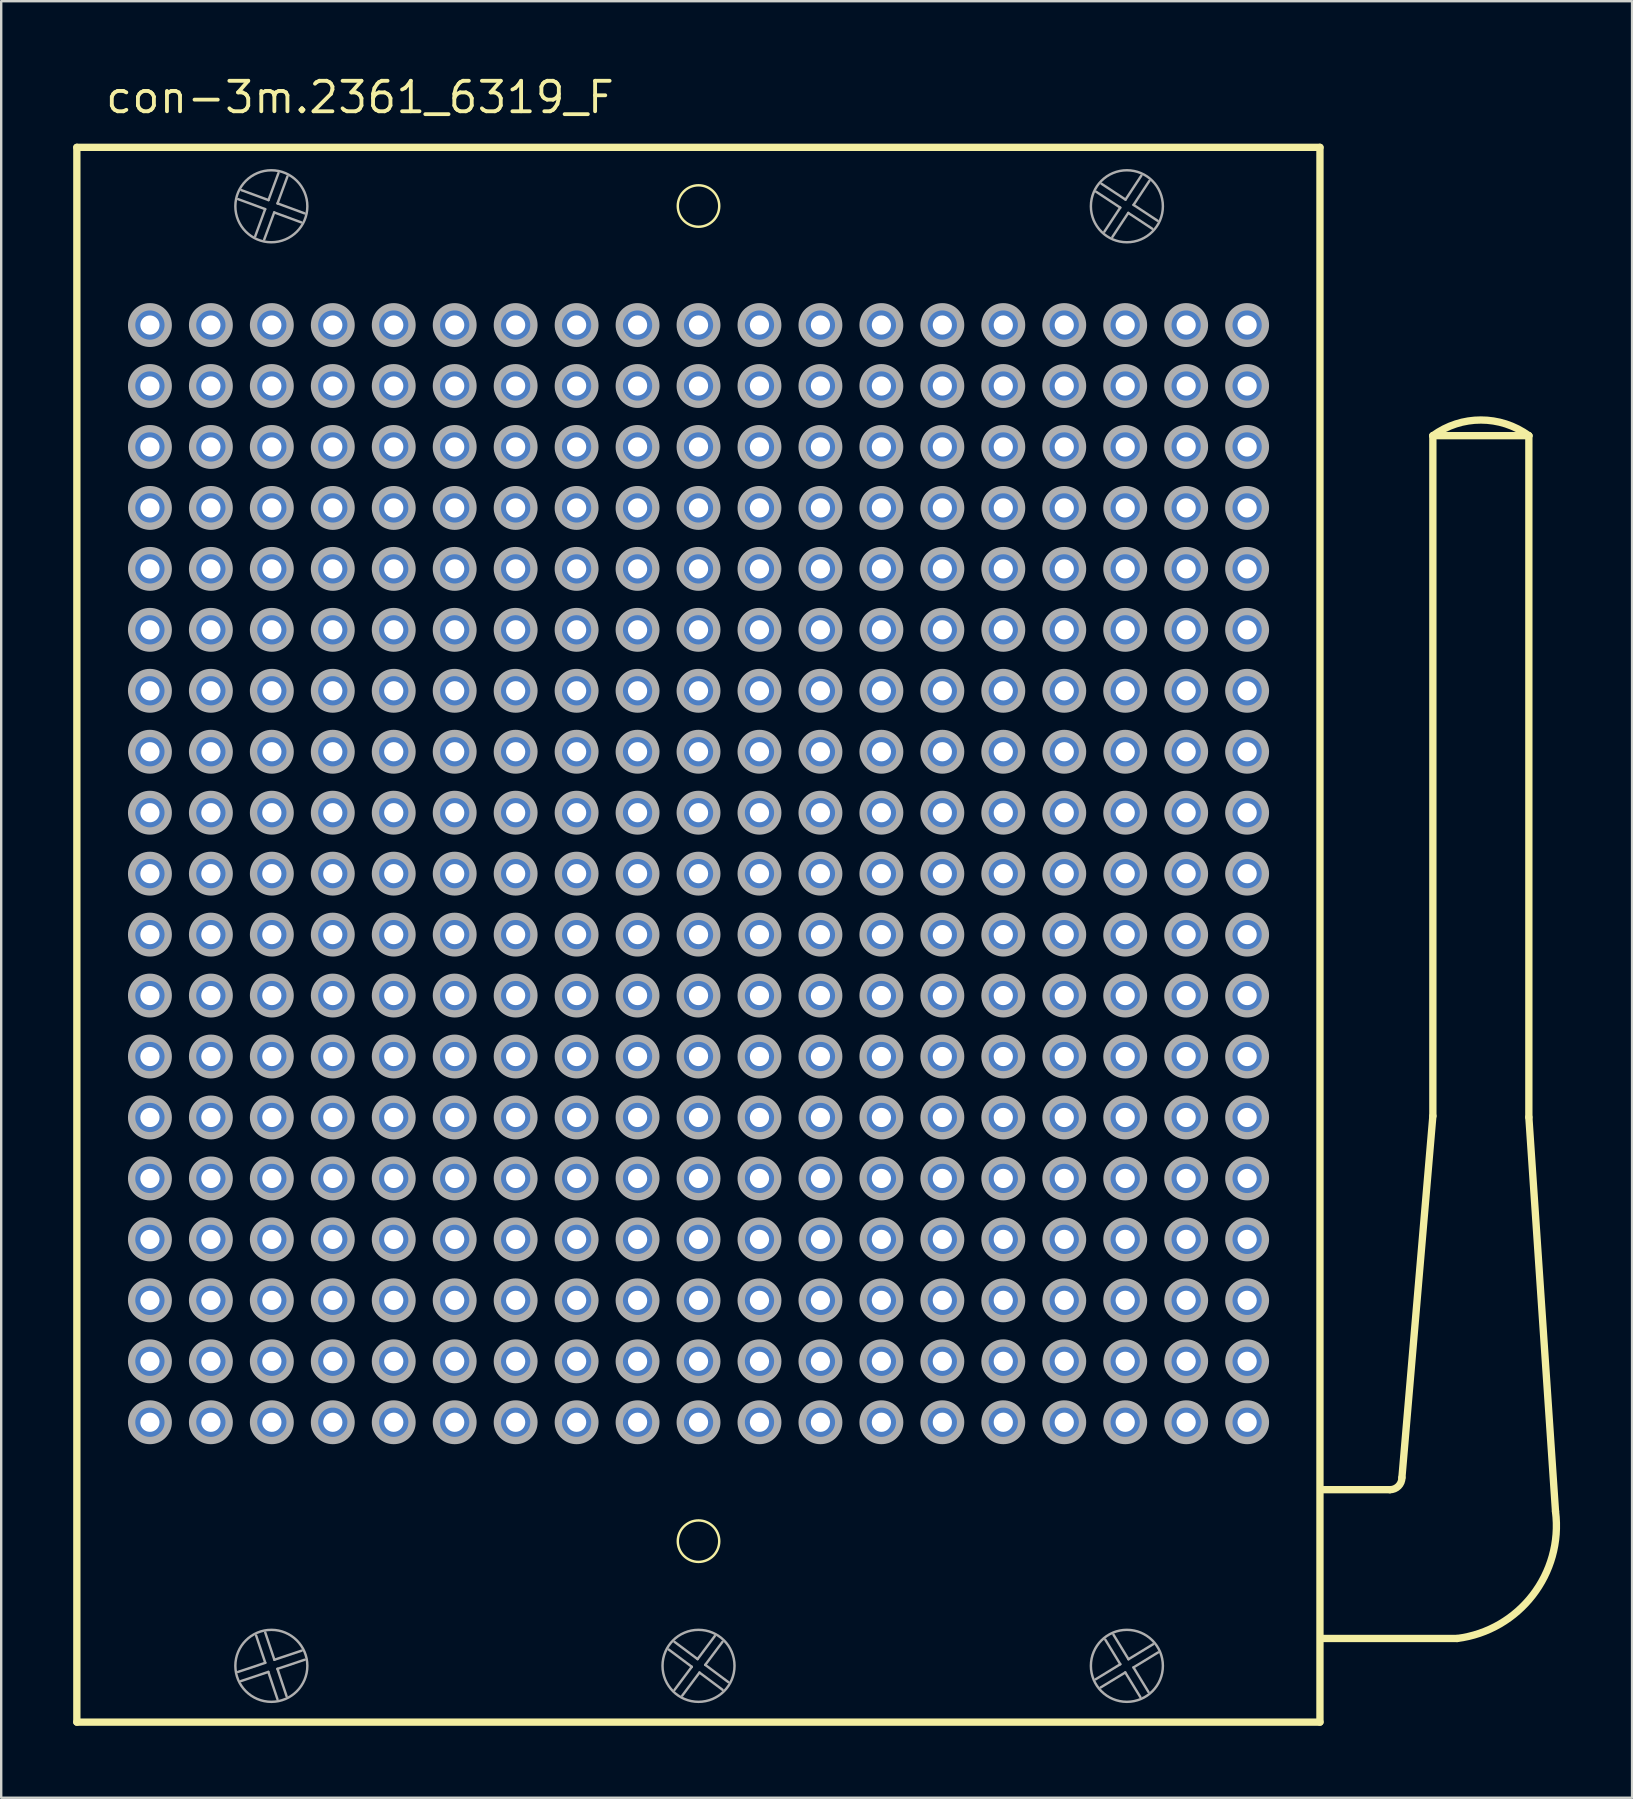
<source format=kicad_pcb>
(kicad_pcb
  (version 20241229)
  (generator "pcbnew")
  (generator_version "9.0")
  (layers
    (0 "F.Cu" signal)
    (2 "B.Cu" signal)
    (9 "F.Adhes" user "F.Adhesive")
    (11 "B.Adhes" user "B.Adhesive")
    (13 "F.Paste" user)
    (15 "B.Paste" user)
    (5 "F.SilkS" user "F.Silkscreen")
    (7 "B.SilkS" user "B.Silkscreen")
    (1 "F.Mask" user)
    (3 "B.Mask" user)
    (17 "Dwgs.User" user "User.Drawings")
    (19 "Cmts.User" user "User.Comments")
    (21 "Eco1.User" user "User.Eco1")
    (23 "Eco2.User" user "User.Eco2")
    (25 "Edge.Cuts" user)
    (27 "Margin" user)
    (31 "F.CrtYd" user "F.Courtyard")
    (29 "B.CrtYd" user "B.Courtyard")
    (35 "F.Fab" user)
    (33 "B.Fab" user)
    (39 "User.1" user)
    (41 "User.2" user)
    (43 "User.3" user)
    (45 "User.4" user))
  (footprint "con-3m.2361_6319_F"
    (layer "F.Cu")
    (at 26.057 33.355)
    (property "Reference" "con-3m.2361_6319_F" (at -24.795 -31.605 0) (layer "F.SilkS") (effects (font (size 1.27 1.27) (thickness 0.16)) (justify left bottom)))
    (attr through_hole)
    (fp_line (start -25.905 -30.265) (end 25.895 -30.265) (stroke (width 0.305) (type default)) (layer "F.SilkS"))
    (fp_line (start -25.905 35.355) (end -25.905 -30.265) (stroke (width 0.305) (type default)) (layer "F.SilkS"))
    (fp_line (start 25.895 -30.265) (end 25.895 35.355) (stroke (width 0.305) (type default)) (layer "F.SilkS"))
    (fp_line (start 25.895 35.355) (end -25.905 35.355) (stroke (width 0.305) (type default)) (layer "F.SilkS"))
    (fp_line (start 28.81 25.67) (end 26.046 25.67) (stroke (width 0.305) (type default)) (layer "F.SilkS"))
    (fp_line (start 29.31 25.17) (end 30.6 10.1) (stroke (width 0.305) (type default)) (layer "F.SilkS"))
    (fp_line (start 30.6 -18.25) (end 34.6 -18.25) (stroke (width 0.305) (type default)) (layer "F.SilkS"))
    (fp_line (start 30.6 10.1) (end 30.6 -18.25) (stroke (width 0.305) (type default)) (layer "F.SilkS"))
    (fp_line (start 31.61 31.87) (end 25.946 31.87) (stroke (width 0.305) (type default)) (layer "F.SilkS"))
    (fp_line (start 34.6 -18.25) (end 34.6 10.15) (stroke (width 0.305) (type default)) (layer "F.SilkS"))
    (fp_line (start 34.6 10.15) (end 35.71 26.57) (stroke (width 0.305) (type default)) (layer "F.SilkS"))
    (fp_arc (start 29.31 25.17) (mid 29.163553 25.523553) (end 28.81 25.67) (stroke (width 0.3048) (type default)) (layer "F.SilkS"))
    (fp_arc (start 30.6 -18.25) (mid 32.6 -18.903325) (end 34.6 -18.25) (stroke (width 0.3048) (type default)) (layer "F.SilkS"))
    (fp_arc (start 35.71 26.57) (mid 34.757666 30.069138) (end 31.61 31.87) (stroke (width 0.3048) (type default)) (layer "F.SilkS"))
    (fp_circle (center 0 -27.82) (end 0.864 -27.82) (stroke (width 0.102) (type default)) (fill no) (layer "F.SilkS"))
    (fp_circle (center 0 27.815) (end 0.864 27.815) (stroke (width 0.102) (type default)) (fill no) (layer "F.SilkS"))
    (fp_line (start -19.191 33.264) (end -18.053 32.884) (stroke (width 0.102) (type default)) (layer "F.Fab"))
    (fp_line (start -19.045 -28.481) (end -17.919 -28.067) (stroke (width 0.102) (type default)) (layer "F.Fab"))
    (fp_line (start -18.471 -26.565) (end -18.057 -27.691) (stroke (width 0.102) (type default)) (layer "F.Fab"))
    (fp_line (start -18.057 -27.691) (end -19.183 -28.106) (stroke (width 0.102) (type default)) (layer "F.Fab"))
    (fp_line (start -18.055 31.619) (end -17.674 32.757) (stroke (width 0.102) (type default)) (layer "F.Fab"))
    (fp_line (start -18.053 32.884) (end -18.434 31.746) (stroke (width 0.102) (type default)) (layer "F.Fab"))
    (fp_line (start -17.926 33.263) (end -19.064 33.644) (stroke (width 0.102) (type default)) (layer "F.Fab"))
    (fp_line (start -17.919 -28.067) (end -17.504 -29.193) (stroke (width 0.102) (type default)) (layer "F.Fab"))
    (fp_line (start -17.681 -27.553) (end -18.096 -26.427) (stroke (width 0.102) (type default)) (layer "F.Fab"))
    (fp_line (start -17.674 32.757) (end -16.536 32.376) (stroke (width 0.102) (type default)) (layer "F.Fab"))
    (fp_line (start -17.547 33.136) (end -17.166 34.274) (stroke (width 0.102) (type default)) (layer "F.Fab"))
    (fp_line (start -17.545 34.401) (end -17.926 33.263) (stroke (width 0.102) (type default)) (layer "F.Fab"))
    (fp_line (start -17.543 -27.929) (end -16.417 -27.514) (stroke (width 0.102) (type default)) (layer "F.Fab"))
    (fp_line (start -17.129 -29.055) (end -17.543 -27.929) (stroke (width 0.102) (type default)) (layer "F.Fab"))
    (fp_line (start -16.555 -27.139) (end -17.681 -27.553) (stroke (width 0.102) (type default)) (layer "F.Fab"))
    (fp_line (start -16.409 32.755) (end -17.547 33.136) (stroke (width 0.102) (type default)) (layer "F.Fab"))
    (fp_line (start -1.001 32.011) (end -0.04 32.73) (stroke (width 0.102) (type default)) (layer "F.Fab"))
    (fp_line (start -0.999 34.011) (end -0.28 33.05) (stroke (width 0.102) (type default)) (layer "F.Fab"))
    (fp_line (start -0.28 33.05) (end -1.241 32.331) (stroke (width 0.102) (type default)) (layer "F.Fab"))
    (fp_line (start -0.04 32.73) (end 0.678 31.769) (stroke (width 0.102) (type default)) (layer "F.Fab"))
    (fp_line (start 0.04 33.29) (end -0.678 34.251) (stroke (width 0.102) (type default)) (layer "F.Fab"))
    (fp_line (start 0.28 32.97) (end 1.241 33.688) (stroke (width 0.102) (type default)) (layer "F.Fab"))
    (fp_line (start 0.999 32.009) (end 0.28 32.97) (stroke (width 0.102) (type default)) (layer "F.Fab"))
    (fp_line (start 1.001 34.009) (end 0.04 33.29) (stroke (width 0.102) (type default)) (layer "F.Fab"))
    (fp_line (start 16.551 33.569) (end 17.575 32.943) (stroke (width 0.102) (type default)) (layer "F.Fab"))
    (fp_line (start 16.791 -28.748) (end 17.793 -28.087) (stroke (width 0.102) (type default)) (layer "F.Fab"))
    (fp_line (start 16.912 -26.751) (end 17.573 -27.753) (stroke (width 0.102) (type default)) (layer "F.Fab"))
    (fp_line (start 17.291 31.711) (end 17.916 32.735) (stroke (width 0.102) (type default)) (layer "F.Fab"))
    (fp_line (start 17.573 -27.753) (end 16.571 -28.414) (stroke (width 0.102) (type default)) (layer "F.Fab"))
    (fp_line (start 17.575 32.943) (end 16.95 31.919) (stroke (width 0.102) (type default)) (layer "F.Fab"))
    (fp_line (start 17.783 33.285) (end 16.759 33.91) (stroke (width 0.102) (type default)) (layer "F.Fab"))
    (fp_line (start 17.793 -28.087) (end 18.454 -29.089) (stroke (width 0.102) (type default)) (layer "F.Fab"))
    (fp_line (start 17.907 -27.533) (end 17.246 -26.531) (stroke (width 0.102) (type default)) (layer "F.Fab"))
    (fp_line (start 17.916 32.735) (end 18.941 32.11) (stroke (width 0.102) (type default)) (layer "F.Fab"))
    (fp_line (start 18.125 33.076) (end 18.75 34.101) (stroke (width 0.102) (type default)) (layer "F.Fab"))
    (fp_line (start 18.127 -27.867) (end 19.129 -27.206) (stroke (width 0.102) (type default)) (layer "F.Fab"))
    (fp_line (start 18.409 34.309) (end 17.783 33.285) (stroke (width 0.102) (type default)) (layer "F.Fab"))
    (fp_line (start 18.788 -28.869) (end 18.127 -27.867) (stroke (width 0.102) (type default)) (layer "F.Fab"))
    (fp_line (start 18.909 -26.872) (end 17.907 -27.533) (stroke (width 0.102) (type default)) (layer "F.Fab"))
    (fp_line (start 19.149 32.451) (end 18.125 33.076) (stroke (width 0.102) (type default)) (layer "F.Fab"))
    (fp_circle (center -22.86 -22.86) (end -22.098 -22.86) (stroke (width 0.305) (type default)) (fill no) (layer "F.Fab"))
    (fp_circle (center -22.86 -20.32) (end -22.098 -20.32) (stroke (width 0.305) (type default)) (fill no) (layer "F.Fab"))
    (fp_circle (center -22.86 -17.78) (end -22.098 -17.78) (stroke (width 0.305) (type default)) (fill no) (layer "F.Fab"))
    (fp_circle (center -22.86 -15.24) (end -22.098 -15.24) (stroke (width 0.305) (type default)) (fill no) (layer "F.Fab"))
    (fp_circle (center -22.86 -12.7) (end -22.098 -12.7) (stroke (width 0.305) (type default)) (fill no) (layer "F.Fab"))
    (fp_circle (center -22.86 -10.16) (end -22.098 -10.16) (stroke (width 0.305) (type default)) (fill no) (layer "F.Fab"))
    (fp_circle (center -22.86 -7.62) (end -22.098 -7.62) (stroke (width 0.305) (type default)) (fill no) (layer "F.Fab"))
    (fp_circle (center -22.86 -5.08) (end -22.098 -5.08) (stroke (width 0.305) (type default)) (fill no) (layer "F.Fab"))
    (fp_circle (center -22.86 -2.54) (end -22.098 -2.54) (stroke (width 0.305) (type default)) (fill no) (layer "F.Fab"))
    (fp_circle (center -22.86 0) (end -22.098 0) (stroke (width 0.305) (type default)) (fill no) (layer "F.Fab"))
    (fp_circle (center -22.86 2.54) (end -22.098 2.54) (stroke (width 0.305) (type default)) (fill no) (layer "F.Fab"))
    (fp_circle (center -22.86 5.08) (end -22.098 5.08) (stroke (width 0.305) (type default)) (fill no) (layer "F.Fab"))
    (fp_circle (center -22.86 7.62) (end -22.098 7.62) (stroke (width 0.305) (type default)) (fill no) (layer "F.Fab"))
    (fp_circle (center -22.86 10.16) (end -22.098 10.16) (stroke (width 0.305) (type default)) (fill no) (layer "F.Fab"))
    (fp_circle (center -22.86 12.7) (end -22.098 12.7) (stroke (width 0.305) (type default)) (fill no) (layer "F.Fab"))
    (fp_circle (center -22.86 15.24) (end -22.098 15.24) (stroke (width 0.305) (type default)) (fill no) (layer "F.Fab"))
    (fp_circle (center -22.86 17.78) (end -22.098 17.78) (stroke (width 0.305) (type default)) (fill no) (layer "F.Fab"))
    (fp_circle (center -22.86 20.32) (end -22.098 20.32) (stroke (width 0.305) (type default)) (fill no) (layer "F.Fab"))
    (fp_circle (center -22.86 22.86) (end -22.098 22.86) (stroke (width 0.305) (type default)) (fill no) (layer "F.Fab"))
    (fp_circle (center -20.32 -22.86) (end -19.558 -22.86) (stroke (width 0.305) (type default)) (fill no) (layer "F.Fab"))
    (fp_circle (center -20.32 -20.32) (end -19.558 -20.32) (stroke (width 0.305) (type default)) (fill no) (layer "F.Fab"))
    (fp_circle (center -20.32 -17.78) (end -19.558 -17.78) (stroke (width 0.305) (type default)) (fill no) (layer "F.Fab"))
    (fp_circle (center -20.32 -15.24) (end -19.558 -15.24) (stroke (width 0.305) (type default)) (fill no) (layer "F.Fab"))
    (fp_circle (center -20.32 -12.7) (end -19.558 -12.7) (stroke (width 0.305) (type default)) (fill no) (layer "F.Fab"))
    (fp_circle (center -20.32 -10.16) (end -19.558 -10.16) (stroke (width 0.305) (type default)) (fill no) (layer "F.Fab"))
    (fp_circle (center -20.32 -7.62) (end -19.558 -7.62) (stroke (width 0.305) (type default)) (fill no) (layer "F.Fab"))
    (fp_circle (center -20.32 -5.08) (end -19.558 -5.08) (stroke (width 0.305) (type default)) (fill no) (layer "F.Fab"))
    (fp_circle (center -20.32 -2.54) (end -19.558 -2.54) (stroke (width 0.305) (type default)) (fill no) (layer "F.Fab"))
    (fp_circle (center -20.32 0) (end -19.558 0) (stroke (width 0.305) (type default)) (fill no) (layer "F.Fab"))
    (fp_circle (center -20.32 2.54) (end -19.558 2.54) (stroke (width 0.305) (type default)) (fill no) (layer "F.Fab"))
    (fp_circle (center -20.32 5.08) (end -19.558 5.08) (stroke (width 0.305) (type default)) (fill no) (layer "F.Fab"))
    (fp_circle (center -20.32 7.62) (end -19.558 7.62) (stroke (width 0.305) (type default)) (fill no) (layer "F.Fab"))
    (fp_circle (center -20.32 10.16) (end -19.558 10.16) (stroke (width 0.305) (type default)) (fill no) (layer "F.Fab"))
    (fp_circle (center -20.32 12.7) (end -19.558 12.7) (stroke (width 0.305) (type default)) (fill no) (layer "F.Fab"))
    (fp_circle (center -20.32 15.24) (end -19.558 15.24) (stroke (width 0.305) (type default)) (fill no) (layer "F.Fab"))
    (fp_circle (center -20.32 17.78) (end -19.558 17.78) (stroke (width 0.305) (type default)) (fill no) (layer "F.Fab"))
    (fp_circle (center -20.32 20.32) (end -19.558 20.32) (stroke (width 0.305) (type default)) (fill no) (layer "F.Fab"))
    (fp_circle (center -20.32 22.86) (end -19.558 22.86) (stroke (width 0.305) (type default)) (fill no) (layer "F.Fab"))
    (fp_circle (center -17.8 -27.81) (end -16.3 -27.81) (stroke (width 0.102) (type default)) (fill no) (layer "F.Fab"))
    (fp_circle (center -17.8 33.01) (end -16.3 33.01) (stroke (width 0.102) (type default)) (fill no) (layer "F.Fab"))
    (fp_circle (center -17.78 -22.86) (end -17.018 -22.86) (stroke (width 0.305) (type default)) (fill no) (layer "F.Fab"))
    (fp_circle (center -17.78 -20.32) (end -17.018 -20.32) (stroke (width 0.305) (type default)) (fill no) (layer "F.Fab"))
    (fp_circle (center -17.78 -17.78) (end -17.018 -17.78) (stroke (width 0.305) (type default)) (fill no) (layer "F.Fab"))
    (fp_circle (center -17.78 -15.24) (end -17.018 -15.24) (stroke (width 0.305) (type default)) (fill no) (layer "F.Fab"))
    (fp_circle (center -17.78 -12.7) (end -17.018 -12.7) (stroke (width 0.305) (type default)) (fill no) (layer "F.Fab"))
    (fp_circle (center -17.78 -10.16) (end -17.018 -10.16) (stroke (width 0.305) (type default)) (fill no) (layer "F.Fab"))
    (fp_circle (center -17.78 -7.62) (end -17.018 -7.62) (stroke (width 0.305) (type default)) (fill no) (layer "F.Fab"))
    (fp_circle (center -17.78 -5.08) (end -17.018 -5.08) (stroke (width 0.305) (type default)) (fill no) (layer "F.Fab"))
    (fp_circle (center -17.78 -2.54) (end -17.018 -2.54) (stroke (width 0.305) (type default)) (fill no) (layer "F.Fab"))
    (fp_circle (center -17.78 0) (end -17.018 0) (stroke (width 0.305) (type default)) (fill no) (layer "F.Fab"))
    (fp_circle (center -17.78 2.54) (end -17.018 2.54) (stroke (width 0.305) (type default)) (fill no) (layer "F.Fab"))
    (fp_circle (center -17.78 5.08) (end -17.018 5.08) (stroke (width 0.305) (type default)) (fill no) (layer "F.Fab"))
    (fp_circle (center -17.78 7.62) (end -17.018 7.62) (stroke (width 0.305) (type default)) (fill no) (layer "F.Fab"))
    (fp_circle (center -17.78 10.16) (end -17.018 10.16) (stroke (width 0.305) (type default)) (fill no) (layer "F.Fab"))
    (fp_circle (center -17.78 12.7) (end -17.018 12.7) (stroke (width 0.305) (type default)) (fill no) (layer "F.Fab"))
    (fp_circle (center -17.78 15.24) (end -17.018 15.24) (stroke (width 0.305) (type default)) (fill no) (layer "F.Fab"))
    (fp_circle (center -17.78 17.78) (end -17.018 17.78) (stroke (width 0.305) (type default)) (fill no) (layer "F.Fab"))
    (fp_circle (center -17.78 20.32) (end -17.018 20.32) (stroke (width 0.305) (type default)) (fill no) (layer "F.Fab"))
    (fp_circle (center -17.78 22.86) (end -17.018 22.86) (stroke (width 0.305) (type default)) (fill no) (layer "F.Fab"))
    (fp_circle (center -15.24 -22.86) (end -14.478 -22.86) (stroke (width 0.305) (type default)) (fill no) (layer "F.Fab"))
    (fp_circle (center -15.24 -20.32) (end -14.478 -20.32) (stroke (width 0.305) (type default)) (fill no) (layer "F.Fab"))
    (fp_circle (center -15.24 -17.78) (end -14.478 -17.78) (stroke (width 0.305) (type default)) (fill no) (layer "F.Fab"))
    (fp_circle (center -15.24 -15.24) (end -14.478 -15.24) (stroke (width 0.305) (type default)) (fill no) (layer "F.Fab"))
    (fp_circle (center -15.24 -12.7) (end -14.478 -12.7) (stroke (width 0.305) (type default)) (fill no) (layer "F.Fab"))
    (fp_circle (center -15.24 -10.16) (end -14.478 -10.16) (stroke (width 0.305) (type default)) (fill no) (layer "F.Fab"))
    (fp_circle (center -15.24 -7.62) (end -14.478 -7.62) (stroke (width 0.305) (type default)) (fill no) (layer "F.Fab"))
    (fp_circle (center -15.24 -5.08) (end -14.478 -5.08) (stroke (width 0.305) (type default)) (fill no) (layer "F.Fab"))
    (fp_circle (center -15.24 -2.54) (end -14.478 -2.54) (stroke (width 0.305) (type default)) (fill no) (layer "F.Fab"))
    (fp_circle (center -15.24 0) (end -14.478 0) (stroke (width 0.305) (type default)) (fill no) (layer "F.Fab"))
    (fp_circle (center -15.24 2.54) (end -14.478 2.54) (stroke (width 0.305) (type default)) (fill no) (layer "F.Fab"))
    (fp_circle (center -15.24 5.08) (end -14.478 5.08) (stroke (width 0.305) (type default)) (fill no) (layer "F.Fab"))
    (fp_circle (center -15.24 7.62) (end -14.478 7.62) (stroke (width 0.305) (type default)) (fill no) (layer "F.Fab"))
    (fp_circle (center -15.24 10.16) (end -14.478 10.16) (stroke (width 0.305) (type default)) (fill no) (layer "F.Fab"))
    (fp_circle (center -15.24 12.7) (end -14.478 12.7) (stroke (width 0.305) (type default)) (fill no) (layer "F.Fab"))
    (fp_circle (center -15.24 15.24) (end -14.478 15.24) (stroke (width 0.305) (type default)) (fill no) (layer "F.Fab"))
    (fp_circle (center -15.24 17.78) (end -14.478 17.78) (stroke (width 0.305) (type default)) (fill no) (layer "F.Fab"))
    (fp_circle (center -15.24 20.32) (end -14.478 20.32) (stroke (width 0.305) (type default)) (fill no) (layer "F.Fab"))
    (fp_circle (center -15.24 22.86) (end -14.478 22.86) (stroke (width 0.305) (type default)) (fill no) (layer "F.Fab"))
    (fp_circle (center -12.7 -22.86) (end -11.938 -22.86) (stroke (width 0.305) (type default)) (fill no) (layer "F.Fab"))
    (fp_circle (center -12.7 -20.32) (end -11.938 -20.32) (stroke (width 0.305) (type default)) (fill no) (layer "F.Fab"))
    (fp_circle (center -12.7 -17.78) (end -11.938 -17.78) (stroke (width 0.305) (type default)) (fill no) (layer "F.Fab"))
    (fp_circle (center -12.7 -15.24) (end -11.938 -15.24) (stroke (width 0.305) (type default)) (fill no) (layer "F.Fab"))
    (fp_circle (center -12.7 -12.7) (end -11.938 -12.7) (stroke (width 0.305) (type default)) (fill no) (layer "F.Fab"))
    (fp_circle (center -12.7 -10.16) (end -11.938 -10.16) (stroke (width 0.305) (type default)) (fill no) (layer "F.Fab"))
    (fp_circle (center -12.7 -7.62) (end -11.938 -7.62) (stroke (width 0.305) (type default)) (fill no) (layer "F.Fab"))
    (fp_circle (center -12.7 -5.08) (end -11.938 -5.08) (stroke (width 0.305) (type default)) (fill no) (layer "F.Fab"))
    (fp_circle (center -12.7 -2.54) (end -11.938 -2.54) (stroke (width 0.305) (type default)) (fill no) (layer "F.Fab"))
    (fp_circle (center -12.7 0) (end -11.938 0) (stroke (width 0.305) (type default)) (fill no) (layer "F.Fab"))
    (fp_circle (center -12.7 2.54) (end -11.938 2.54) (stroke (width 0.305) (type default)) (fill no) (layer "F.Fab"))
    (fp_circle (center -12.7 5.08) (end -11.938 5.08) (stroke (width 0.305) (type default)) (fill no) (layer "F.Fab"))
    (fp_circle (center -12.7 7.62) (end -11.938 7.62) (stroke (width 0.305) (type default)) (fill no) (layer "F.Fab"))
    (fp_circle (center -12.7 10.16) (end -11.938 10.16) (stroke (width 0.305) (type default)) (fill no) (layer "F.Fab"))
    (fp_circle (center -12.7 12.7) (end -11.938 12.7) (stroke (width 0.305) (type default)) (fill no) (layer "F.Fab"))
    (fp_circle (center -12.7 15.24) (end -11.938 15.24) (stroke (width 0.305) (type default)) (fill no) (layer "F.Fab"))
    (fp_circle (center -12.7 17.78) (end -11.938 17.78) (stroke (width 0.305) (type default)) (fill no) (layer "F.Fab"))
    (fp_circle (center -12.7 20.32) (end -11.938 20.32) (stroke (width 0.305) (type default)) (fill no) (layer "F.Fab"))
    (fp_circle (center -12.7 22.86) (end -11.938 22.86) (stroke (width 0.305) (type default)) (fill no) (layer "F.Fab"))
    (fp_circle (center -10.16 -22.86) (end -9.398 -22.86) (stroke (width 0.305) (type default)) (fill no) (layer "F.Fab"))
    (fp_circle (center -10.16 -20.32) (end -9.398 -20.32) (stroke (width 0.305) (type default)) (fill no) (layer "F.Fab"))
    (fp_circle (center -10.16 -17.78) (end -9.398 -17.78) (stroke (width 0.305) (type default)) (fill no) (layer "F.Fab"))
    (fp_circle (center -10.16 -15.24) (end -9.398 -15.24) (stroke (width 0.305) (type default)) (fill no) (layer "F.Fab"))
    (fp_circle (center -10.16 -12.7) (end -9.398 -12.7) (stroke (width 0.305) (type default)) (fill no) (layer "F.Fab"))
    (fp_circle (center -10.16 -10.16) (end -9.398 -10.16) (stroke (width 0.305) (type default)) (fill no) (layer "F.Fab"))
    (fp_circle (center -10.16 -7.62) (end -9.398 -7.62) (stroke (width 0.305) (type default)) (fill no) (layer "F.Fab"))
    (fp_circle (center -10.16 -5.08) (end -9.398 -5.08) (stroke (width 0.305) (type default)) (fill no) (layer "F.Fab"))
    (fp_circle (center -10.16 -2.54) (end -9.398 -2.54) (stroke (width 0.305) (type default)) (fill no) (layer "F.Fab"))
    (fp_circle (center -10.16 0) (end -9.398 0) (stroke (width 0.305) (type default)) (fill no) (layer "F.Fab"))
    (fp_circle (center -10.16 2.54) (end -9.398 2.54) (stroke (width 0.305) (type default)) (fill no) (layer "F.Fab"))
    (fp_circle (center -10.16 5.08) (end -9.398 5.08) (stroke (width 0.305) (type default)) (fill no) (layer "F.Fab"))
    (fp_circle (center -10.16 7.62) (end -9.398 7.62) (stroke (width 0.305) (type default)) (fill no) (layer "F.Fab"))
    (fp_circle (center -10.16 10.16) (end -9.398 10.16) (stroke (width 0.305) (type default)) (fill no) (layer "F.Fab"))
    (fp_circle (center -10.16 12.7) (end -9.398 12.7) (stroke (width 0.305) (type default)) (fill no) (layer "F.Fab"))
    (fp_circle (center -10.16 15.24) (end -9.398 15.24) (stroke (width 0.305) (type default)) (fill no) (layer "F.Fab"))
    (fp_circle (center -10.16 17.78) (end -9.398 17.78) (stroke (width 0.305) (type default)) (fill no) (layer "F.Fab"))
    (fp_circle (center -10.16 20.32) (end -9.398 20.32) (stroke (width 0.305) (type default)) (fill no) (layer "F.Fab"))
    (fp_circle (center -10.16 22.86) (end -9.398 22.86) (stroke (width 0.305) (type default)) (fill no) (layer "F.Fab"))
    (fp_circle (center -7.62 -22.86) (end -6.858 -22.86) (stroke (width 0.305) (type default)) (fill no) (layer "F.Fab"))
    (fp_circle (center -7.62 -20.32) (end -6.858 -20.32) (stroke (width 0.305) (type default)) (fill no) (layer "F.Fab"))
    (fp_circle (center -7.62 -17.78) (end -6.858 -17.78) (stroke (width 0.305) (type default)) (fill no) (layer "F.Fab"))
    (fp_circle (center -7.62 -15.24) (end -6.858 -15.24) (stroke (width 0.305) (type default)) (fill no) (layer "F.Fab"))
    (fp_circle (center -7.62 -12.7) (end -6.858 -12.7) (stroke (width 0.305) (type default)) (fill no) (layer "F.Fab"))
    (fp_circle (center -7.62 -10.16) (end -6.858 -10.16) (stroke (width 0.305) (type default)) (fill no) (layer "F.Fab"))
    (fp_circle (center -7.62 -7.62) (end -6.858 -7.62) (stroke (width 0.305) (type default)) (fill no) (layer "F.Fab"))
    (fp_circle (center -7.62 -5.08) (end -6.858 -5.08) (stroke (width 0.305) (type default)) (fill no) (layer "F.Fab"))
    (fp_circle (center -7.62 -2.54) (end -6.858 -2.54) (stroke (width 0.305) (type default)) (fill no) (layer "F.Fab"))
    (fp_circle (center -7.62 0) (end -6.858 0) (stroke (width 0.305) (type default)) (fill no) (layer "F.Fab"))
    (fp_circle (center -7.62 2.54) (end -6.858 2.54) (stroke (width 0.305) (type default)) (fill no) (layer "F.Fab"))
    (fp_circle (center -7.62 5.08) (end -6.858 5.08) (stroke (width 0.305) (type default)) (fill no) (layer "F.Fab"))
    (fp_circle (center -7.62 7.62) (end -6.858 7.62) (stroke (width 0.305) (type default)) (fill no) (layer "F.Fab"))
    (fp_circle (center -7.62 10.16) (end -6.858 10.16) (stroke (width 0.305) (type default)) (fill no) (layer "F.Fab"))
    (fp_circle (center -7.62 12.7) (end -6.858 12.7) (stroke (width 0.305) (type default)) (fill no) (layer "F.Fab"))
    (fp_circle (center -7.62 15.24) (end -6.858 15.24) (stroke (width 0.305) (type default)) (fill no) (layer "F.Fab"))
    (fp_circle (center -7.62 17.78) (end -6.858 17.78) (stroke (width 0.305) (type default)) (fill no) (layer "F.Fab"))
    (fp_circle (center -7.62 20.32) (end -6.858 20.32) (stroke (width 0.305) (type default)) (fill no) (layer "F.Fab"))
    (fp_circle (center -7.62 22.86) (end -6.858 22.86) (stroke (width 0.305) (type default)) (fill no) (layer "F.Fab"))
    (fp_circle (center -5.08 -22.86) (end -4.318 -22.86) (stroke (width 0.305) (type default)) (fill no) (layer "F.Fab"))
    (fp_circle (center -5.08 -20.32) (end -4.318 -20.32) (stroke (width 0.305) (type default)) (fill no) (layer "F.Fab"))
    (fp_circle (center -5.08 -17.78) (end -4.318 -17.78) (stroke (width 0.305) (type default)) (fill no) (layer "F.Fab"))
    (fp_circle (center -5.08 -15.24) (end -4.318 -15.24) (stroke (width 0.305) (type default)) (fill no) (layer "F.Fab"))
    (fp_circle (center -5.08 -12.7) (end -4.318 -12.7) (stroke (width 0.305) (type default)) (fill no) (layer "F.Fab"))
    (fp_circle (center -5.08 -10.16) (end -4.318 -10.16) (stroke (width 0.305) (type default)) (fill no) (layer "F.Fab"))
    (fp_circle (center -5.08 -7.62) (end -4.318 -7.62) (stroke (width 0.305) (type default)) (fill no) (layer "F.Fab"))
    (fp_circle (center -5.08 -5.08) (end -4.318 -5.08) (stroke (width 0.305) (type default)) (fill no) (layer "F.Fab"))
    (fp_circle (center -5.08 -2.54) (end -4.318 -2.54) (stroke (width 0.305) (type default)) (fill no) (layer "F.Fab"))
    (fp_circle (center -5.08 0) (end -4.318 0) (stroke (width 0.305) (type default)) (fill no) (layer "F.Fab"))
    (fp_circle (center -5.08 2.54) (end -4.318 2.54) (stroke (width 0.305) (type default)) (fill no) (layer "F.Fab"))
    (fp_circle (center -5.08 5.08) (end -4.318 5.08) (stroke (width 0.305) (type default)) (fill no) (layer "F.Fab"))
    (fp_circle (center -5.08 7.62) (end -4.318 7.62) (stroke (width 0.305) (type default)) (fill no) (layer "F.Fab"))
    (fp_circle (center -5.08 10.16) (end -4.318 10.16) (stroke (width 0.305) (type default)) (fill no) (layer "F.Fab"))
    (fp_circle (center -5.08 12.7) (end -4.318 12.7) (stroke (width 0.305) (type default)) (fill no) (layer "F.Fab"))
    (fp_circle (center -5.08 15.24) (end -4.318 15.24) (stroke (width 0.305) (type default)) (fill no) (layer "F.Fab"))
    (fp_circle (center -5.08 17.78) (end -4.318 17.78) (stroke (width 0.305) (type default)) (fill no) (layer "F.Fab"))
    (fp_circle (center -5.08 20.32) (end -4.318 20.32) (stroke (width 0.305) (type default)) (fill no) (layer "F.Fab"))
    (fp_circle (center -5.08 22.86) (end -4.318 22.86) (stroke (width 0.305) (type default)) (fill no) (layer "F.Fab"))
    (fp_circle (center -2.54 -22.86) (end -1.778 -22.86) (stroke (width 0.305) (type default)) (fill no) (layer "F.Fab"))
    (fp_circle (center -2.54 -20.32) (end -1.778 -20.32) (stroke (width 0.305) (type default)) (fill no) (layer "F.Fab"))
    (fp_circle (center -2.54 -17.78) (end -1.778 -17.78) (stroke (width 0.305) (type default)) (fill no) (layer "F.Fab"))
    (fp_circle (center -2.54 -15.24) (end -1.778 -15.24) (stroke (width 0.305) (type default)) (fill no) (layer "F.Fab"))
    (fp_circle (center -2.54 -12.7) (end -1.778 -12.7) (stroke (width 0.305) (type default)) (fill no) (layer "F.Fab"))
    (fp_circle (center -2.54 -10.16) (end -1.778 -10.16) (stroke (width 0.305) (type default)) (fill no) (layer "F.Fab"))
    (fp_circle (center -2.54 -7.62) (end -1.778 -7.62) (stroke (width 0.305) (type default)) (fill no) (layer "F.Fab"))
    (fp_circle (center -2.54 -5.08) (end -1.778 -5.08) (stroke (width 0.305) (type default)) (fill no) (layer "F.Fab"))
    (fp_circle (center -2.54 -2.54) (end -1.778 -2.54) (stroke (width 0.305) (type default)) (fill no) (layer "F.Fab"))
    (fp_circle (center -2.54 0) (end -1.778 0) (stroke (width 0.305) (type default)) (fill no) (layer "F.Fab"))
    (fp_circle (center -2.54 2.54) (end -1.778 2.54) (stroke (width 0.305) (type default)) (fill no) (layer "F.Fab"))
    (fp_circle (center -2.54 5.08) (end -1.778 5.08) (stroke (width 0.305) (type default)) (fill no) (layer "F.Fab"))
    (fp_circle (center -2.54 7.62) (end -1.778 7.62) (stroke (width 0.305) (type default)) (fill no) (layer "F.Fab"))
    (fp_circle (center -2.54 10.16) (end -1.778 10.16) (stroke (width 0.305) (type default)) (fill no) (layer "F.Fab"))
    (fp_circle (center -2.54 12.7) (end -1.778 12.7) (stroke (width 0.305) (type default)) (fill no) (layer "F.Fab"))
    (fp_circle (center -2.54 15.24) (end -1.778 15.24) (stroke (width 0.305) (type default)) (fill no) (layer "F.Fab"))
    (fp_circle (center -2.54 17.78) (end -1.778 17.78) (stroke (width 0.305) (type default)) (fill no) (layer "F.Fab"))
    (fp_circle (center -2.54 20.32) (end -1.778 20.32) (stroke (width 0.305) (type default)) (fill no) (layer "F.Fab"))
    (fp_circle (center -2.54 22.86) (end -1.778 22.86) (stroke (width 0.305) (type default)) (fill no) (layer "F.Fab"))
    (fp_circle (center 0 -22.86) (end 0.762 -22.86) (stroke (width 0.305) (type default)) (fill no) (layer "F.Fab"))
    (fp_circle (center 0 -20.32) (end 0.762 -20.32) (stroke (width 0.305) (type default)) (fill no) (layer "F.Fab"))
    (fp_circle (center 0 -17.78) (end 0.762 -17.78) (stroke (width 0.305) (type default)) (fill no) (layer "F.Fab"))
    (fp_circle (center 0 -15.24) (end 0.762 -15.24) (stroke (width 0.305) (type default)) (fill no) (layer "F.Fab"))
    (fp_circle (center 0 -12.7) (end 0.762 -12.7) (stroke (width 0.305) (type default)) (fill no) (layer "F.Fab"))
    (fp_circle (center 0 -10.16) (end 0.762 -10.16) (stroke (width 0.305) (type default)) (fill no) (layer "F.Fab"))
    (fp_circle (center 0 -7.62) (end 0.762 -7.62) (stroke (width 0.305) (type default)) (fill no) (layer "F.Fab"))
    (fp_circle (center 0 -5.08) (end 0.762 -5.08) (stroke (width 0.305) (type default)) (fill no) (layer "F.Fab"))
    (fp_circle (center 0 -2.54) (end 0.762 -2.54) (stroke (width 0.305) (type default)) (fill no) (layer "F.Fab"))
    (fp_circle (center 0 0) (end 0.762 0) (stroke (width 0.305) (type default)) (fill no) (layer "F.Fab"))
    (fp_circle (center 0 2.54) (end 0.762 2.54) (stroke (width 0.305) (type default)) (fill no) (layer "F.Fab"))
    (fp_circle (center 0 5.08) (end 0.762 5.08) (stroke (width 0.305) (type default)) (fill no) (layer "F.Fab"))
    (fp_circle (center 0 7.62) (end 0.762 7.62) (stroke (width 0.305) (type default)) (fill no) (layer "F.Fab"))
    (fp_circle (center 0 10.16) (end 0.762 10.16) (stroke (width 0.305) (type default)) (fill no) (layer "F.Fab"))
    (fp_circle (center 0 12.7) (end 0.762 12.7) (stroke (width 0.305) (type default)) (fill no) (layer "F.Fab"))
    (fp_circle (center 0 15.24) (end 0.762 15.24) (stroke (width 0.305) (type default)) (fill no) (layer "F.Fab"))
    (fp_circle (center 0 17.78) (end 0.762 17.78) (stroke (width 0.305) (type default)) (fill no) (layer "F.Fab"))
    (fp_circle (center 0 20.32) (end 0.762 20.32) (stroke (width 0.305) (type default)) (fill no) (layer "F.Fab"))
    (fp_circle (center 0 22.86) (end 0.762 22.86) (stroke (width 0.305) (type default)) (fill no) (layer "F.Fab"))
    (fp_circle (center 0 33.01) (end 1.5 33.01) (stroke (width 0.102) (type default)) (fill no) (layer "F.Fab"))
    (fp_circle (center 2.54 -22.86) (end 3.302 -22.86) (stroke (width 0.305) (type default)) (fill no) (layer "F.Fab"))
    (fp_circle (center 2.54 -20.32) (end 3.302 -20.32) (stroke (width 0.305) (type default)) (fill no) (layer "F.Fab"))
    (fp_circle (center 2.54 -17.78) (end 3.302 -17.78) (stroke (width 0.305) (type default)) (fill no) (layer "F.Fab"))
    (fp_circle (center 2.54 -15.24) (end 3.302 -15.24) (stroke (width 0.305) (type default)) (fill no) (layer "F.Fab"))
    (fp_circle (center 2.54 -12.7) (end 3.302 -12.7) (stroke (width 0.305) (type default)) (fill no) (layer "F.Fab"))
    (fp_circle (center 2.54 -10.16) (end 3.302 -10.16) (stroke (width 0.305) (type default)) (fill no) (layer "F.Fab"))
    (fp_circle (center 2.54 -7.62) (end 3.302 -7.62) (stroke (width 0.305) (type default)) (fill no) (layer "F.Fab"))
    (fp_circle (center 2.54 -5.08) (end 3.302 -5.08) (stroke (width 0.305) (type default)) (fill no) (layer "F.Fab"))
    (fp_circle (center 2.54 -2.54) (end 3.302 -2.54) (stroke (width 0.305) (type default)) (fill no) (layer "F.Fab"))
    (fp_circle (center 2.54 0) (end 3.302 0) (stroke (width 0.305) (type default)) (fill no) (layer "F.Fab"))
    (fp_circle (center 2.54 2.54) (end 3.302 2.54) (stroke (width 0.305) (type default)) (fill no) (layer "F.Fab"))
    (fp_circle (center 2.54 5.08) (end 3.302 5.08) (stroke (width 0.305) (type default)) (fill no) (layer "F.Fab"))
    (fp_circle (center 2.54 7.62) (end 3.302 7.62) (stroke (width 0.305) (type default)) (fill no) (layer "F.Fab"))
    (fp_circle (center 2.54 10.16) (end 3.302 10.16) (stroke (width 0.305) (type default)) (fill no) (layer "F.Fab"))
    (fp_circle (center 2.54 12.7) (end 3.302 12.7) (stroke (width 0.305) (type default)) (fill no) (layer "F.Fab"))
    (fp_circle (center 2.54 15.24) (end 3.302 15.24) (stroke (width 0.305) (type default)) (fill no) (layer "F.Fab"))
    (fp_circle (center 2.54 17.78) (end 3.302 17.78) (stroke (width 0.305) (type default)) (fill no) (layer "F.Fab"))
    (fp_circle (center 2.54 20.32) (end 3.302 20.32) (stroke (width 0.305) (type default)) (fill no) (layer "F.Fab"))
    (fp_circle (center 2.54 22.86) (end 3.302 22.86) (stroke (width 0.305) (type default)) (fill no) (layer "F.Fab"))
    (fp_circle (center 5.08 -22.86) (end 5.842 -22.86) (stroke (width 0.305) (type default)) (fill no) (layer "F.Fab"))
    (fp_circle (center 5.08 -20.32) (end 5.842 -20.32) (stroke (width 0.305) (type default)) (fill no) (layer "F.Fab"))
    (fp_circle (center 5.08 -17.78) (end 5.842 -17.78) (stroke (width 0.305) (type default)) (fill no) (layer "F.Fab"))
    (fp_circle (center 5.08 -15.24) (end 5.842 -15.24) (stroke (width 0.305) (type default)) (fill no) (layer "F.Fab"))
    (fp_circle (center 5.08 -12.7) (end 5.842 -12.7) (stroke (width 0.305) (type default)) (fill no) (layer "F.Fab"))
    (fp_circle (center 5.08 -10.16) (end 5.842 -10.16) (stroke (width 0.305) (type default)) (fill no) (layer "F.Fab"))
    (fp_circle (center 5.08 -7.62) (end 5.842 -7.62) (stroke (width 0.305) (type default)) (fill no) (layer "F.Fab"))
    (fp_circle (center 5.08 -5.08) (end 5.842 -5.08) (stroke (width 0.305) (type default)) (fill no) (layer "F.Fab"))
    (fp_circle (center 5.08 -2.54) (end 5.842 -2.54) (stroke (width 0.305) (type default)) (fill no) (layer "F.Fab"))
    (fp_circle (center 5.08 0) (end 5.842 0) (stroke (width 0.305) (type default)) (fill no) (layer "F.Fab"))
    (fp_circle (center 5.08 2.54) (end 5.842 2.54) (stroke (width 0.305) (type default)) (fill no) (layer "F.Fab"))
    (fp_circle (center 5.08 5.08) (end 5.842 5.08) (stroke (width 0.305) (type default)) (fill no) (layer "F.Fab"))
    (fp_circle (center 5.08 7.62) (end 5.842 7.62) (stroke (width 0.305) (type default)) (fill no) (layer "F.Fab"))
    (fp_circle (center 5.08 10.16) (end 5.842 10.16) (stroke (width 0.305) (type default)) (fill no) (layer "F.Fab"))
    (fp_circle (center 5.08 12.7) (end 5.842 12.7) (stroke (width 0.305) (type default)) (fill no) (layer "F.Fab"))
    (fp_circle (center 5.08 15.24) (end 5.842 15.24) (stroke (width 0.305) (type default)) (fill no) (layer "F.Fab"))
    (fp_circle (center 5.08 17.78) (end 5.842 17.78) (stroke (width 0.305) (type default)) (fill no) (layer "F.Fab"))
    (fp_circle (center 5.08 20.32) (end 5.842 20.32) (stroke (width 0.305) (type default)) (fill no) (layer "F.Fab"))
    (fp_circle (center 5.08 22.86) (end 5.842 22.86) (stroke (width 0.305) (type default)) (fill no) (layer "F.Fab"))
    (fp_circle (center 7.62 -22.86) (end 8.382 -22.86) (stroke (width 0.305) (type default)) (fill no) (layer "F.Fab"))
    (fp_circle (center 7.62 -20.32) (end 8.382 -20.32) (stroke (width 0.305) (type default)) (fill no) (layer "F.Fab"))
    (fp_circle (center 7.62 -17.78) (end 8.382 -17.78) (stroke (width 0.305) (type default)) (fill no) (layer "F.Fab"))
    (fp_circle (center 7.62 -15.24) (end 8.382 -15.24) (stroke (width 0.305) (type default)) (fill no) (layer "F.Fab"))
    (fp_circle (center 7.62 -12.7) (end 8.382 -12.7) (stroke (width 0.305) (type default)) (fill no) (layer "F.Fab"))
    (fp_circle (center 7.62 -10.16) (end 8.382 -10.16) (stroke (width 0.305) (type default)) (fill no) (layer "F.Fab"))
    (fp_circle (center 7.62 -7.62) (end 8.382 -7.62) (stroke (width 0.305) (type default)) (fill no) (layer "F.Fab"))
    (fp_circle (center 7.62 -5.08) (end 8.382 -5.08) (stroke (width 0.305) (type default)) (fill no) (layer "F.Fab"))
    (fp_circle (center 7.62 -2.54) (end 8.382 -2.54) (stroke (width 0.305) (type default)) (fill no) (layer "F.Fab"))
    (fp_circle (center 7.62 0) (end 8.382 0) (stroke (width 0.305) (type default)) (fill no) (layer "F.Fab"))
    (fp_circle (center 7.62 2.54) (end 8.382 2.54) (stroke (width 0.305) (type default)) (fill no) (layer "F.Fab"))
    (fp_circle (center 7.62 5.08) (end 8.382 5.08) (stroke (width 0.305) (type default)) (fill no) (layer "F.Fab"))
    (fp_circle (center 7.62 7.62) (end 8.382 7.62) (stroke (width 0.305) (type default)) (fill no) (layer "F.Fab"))
    (fp_circle (center 7.62 10.16) (end 8.382 10.16) (stroke (width 0.305) (type default)) (fill no) (layer "F.Fab"))
    (fp_circle (center 7.62 12.7) (end 8.382 12.7) (stroke (width 0.305) (type default)) (fill no) (layer "F.Fab"))
    (fp_circle (center 7.62 15.24) (end 8.382 15.24) (stroke (width 0.305) (type default)) (fill no) (layer "F.Fab"))
    (fp_circle (center 7.62 17.78) (end 8.382 17.78) (stroke (width 0.305) (type default)) (fill no) (layer "F.Fab"))
    (fp_circle (center 7.62 20.32) (end 8.382 20.32) (stroke (width 0.305) (type default)) (fill no) (layer "F.Fab"))
    (fp_circle (center 7.62 22.86) (end 8.382 22.86) (stroke (width 0.305) (type default)) (fill no) (layer "F.Fab"))
    (fp_circle (center 10.16 -22.86) (end 10.922 -22.86) (stroke (width 0.305) (type default)) (fill no) (layer "F.Fab"))
    (fp_circle (center 10.16 -20.32) (end 10.922 -20.32) (stroke (width 0.305) (type default)) (fill no) (layer "F.Fab"))
    (fp_circle (center 10.16 -17.78) (end 10.922 -17.78) (stroke (width 0.305) (type default)) (fill no) (layer "F.Fab"))
    (fp_circle (center 10.16 -15.24) (end 10.922 -15.24) (stroke (width 0.305) (type default)) (fill no) (layer "F.Fab"))
    (fp_circle (center 10.16 -12.7) (end 10.922 -12.7) (stroke (width 0.305) (type default)) (fill no) (layer "F.Fab"))
    (fp_circle (center 10.16 -10.16) (end 10.922 -10.16) (stroke (width 0.305) (type default)) (fill no) (layer "F.Fab"))
    (fp_circle (center 10.16 -7.62) (end 10.922 -7.62) (stroke (width 0.305) (type default)) (fill no) (layer "F.Fab"))
    (fp_circle (center 10.16 -5.08) (end 10.922 -5.08) (stroke (width 0.305) (type default)) (fill no) (layer "F.Fab"))
    (fp_circle (center 10.16 -2.54) (end 10.922 -2.54) (stroke (width 0.305) (type default)) (fill no) (layer "F.Fab"))
    (fp_circle (center 10.16 0) (end 10.922 0) (stroke (width 0.305) (type default)) (fill no) (layer "F.Fab"))
    (fp_circle (center 10.16 2.54) (end 10.922 2.54) (stroke (width 0.305) (type default)) (fill no) (layer "F.Fab"))
    (fp_circle (center 10.16 5.08) (end 10.922 5.08) (stroke (width 0.305) (type default)) (fill no) (layer "F.Fab"))
    (fp_circle (center 10.16 7.62) (end 10.922 7.62) (stroke (width 0.305) (type default)) (fill no) (layer "F.Fab"))
    (fp_circle (center 10.16 10.16) (end 10.922 10.16) (stroke (width 0.305) (type default)) (fill no) (layer "F.Fab"))
    (fp_circle (center 10.16 12.7) (end 10.922 12.7) (stroke (width 0.305) (type default)) (fill no) (layer "F.Fab"))
    (fp_circle (center 10.16 15.24) (end 10.922 15.24) (stroke (width 0.305) (type default)) (fill no) (layer "F.Fab"))
    (fp_circle (center 10.16 17.78) (end 10.922 17.78) (stroke (width 0.305) (type default)) (fill no) (layer "F.Fab"))
    (fp_circle (center 10.16 20.32) (end 10.922 20.32) (stroke (width 0.305) (type default)) (fill no) (layer "F.Fab"))
    (fp_circle (center 10.16 22.86) (end 10.922 22.86) (stroke (width 0.305) (type default)) (fill no) (layer "F.Fab"))
    (fp_circle (center 12.7 -22.86) (end 13.462 -22.86) (stroke (width 0.305) (type default)) (fill no) (layer "F.Fab"))
    (fp_circle (center 12.7 -20.32) (end 13.462 -20.32) (stroke (width 0.305) (type default)) (fill no) (layer "F.Fab"))
    (fp_circle (center 12.7 -17.78) (end 13.462 -17.78) (stroke (width 0.305) (type default)) (fill no) (layer "F.Fab"))
    (fp_circle (center 12.7 -15.24) (end 13.462 -15.24) (stroke (width 0.305) (type default)) (fill no) (layer "F.Fab"))
    (fp_circle (center 12.7 -12.7) (end 13.462 -12.7) (stroke (width 0.305) (type default)) (fill no) (layer "F.Fab"))
    (fp_circle (center 12.7 -10.16) (end 13.462 -10.16) (stroke (width 0.305) (type default)) (fill no) (layer "F.Fab"))
    (fp_circle (center 12.7 -7.62) (end 13.462 -7.62) (stroke (width 0.305) (type default)) (fill no) (layer "F.Fab"))
    (fp_circle (center 12.7 -5.08) (end 13.462 -5.08) (stroke (width 0.305) (type default)) (fill no) (layer "F.Fab"))
    (fp_circle (center 12.7 -2.54) (end 13.462 -2.54) (stroke (width 0.305) (type default)) (fill no) (layer "F.Fab"))
    (fp_circle (center 12.7 0) (end 13.462 0) (stroke (width 0.305) (type default)) (fill no) (layer "F.Fab"))
    (fp_circle (center 12.7 2.54) (end 13.462 2.54) (stroke (width 0.305) (type default)) (fill no) (layer "F.Fab"))
    (fp_circle (center 12.7 5.08) (end 13.462 5.08) (stroke (width 0.305) (type default)) (fill no) (layer "F.Fab"))
    (fp_circle (center 12.7 7.62) (end 13.462 7.62) (stroke (width 0.305) (type default)) (fill no) (layer "F.Fab"))
    (fp_circle (center 12.7 10.16) (end 13.462 10.16) (stroke (width 0.305) (type default)) (fill no) (layer "F.Fab"))
    (fp_circle (center 12.7 12.7) (end 13.462 12.7) (stroke (width 0.305) (type default)) (fill no) (layer "F.Fab"))
    (fp_circle (center 12.7 15.24) (end 13.462 15.24) (stroke (width 0.305) (type default)) (fill no) (layer "F.Fab"))
    (fp_circle (center 12.7 17.78) (end 13.462 17.78) (stroke (width 0.305) (type default)) (fill no) (layer "F.Fab"))
    (fp_circle (center 12.7 20.32) (end 13.462 20.32) (stroke (width 0.305) (type default)) (fill no) (layer "F.Fab"))
    (fp_circle (center 12.7 22.86) (end 13.462 22.86) (stroke (width 0.305) (type default)) (fill no) (layer "F.Fab"))
    (fp_circle (center 15.24 -22.86) (end 16.002 -22.86) (stroke (width 0.305) (type default)) (fill no) (layer "F.Fab"))
    (fp_circle (center 15.24 -20.32) (end 16.002 -20.32) (stroke (width 0.305) (type default)) (fill no) (layer "F.Fab"))
    (fp_circle (center 15.24 -17.78) (end 16.002 -17.78) (stroke (width 0.305) (type default)) (fill no) (layer "F.Fab"))
    (fp_circle (center 15.24 -15.24) (end 16.002 -15.24) (stroke (width 0.305) (type default)) (fill no) (layer "F.Fab"))
    (fp_circle (center 15.24 -12.7) (end 16.002 -12.7) (stroke (width 0.305) (type default)) (fill no) (layer "F.Fab"))
    (fp_circle (center 15.24 -10.16) (end 16.002 -10.16) (stroke (width 0.305) (type default)) (fill no) (layer "F.Fab"))
    (fp_circle (center 15.24 -7.62) (end 16.002 -7.62) (stroke (width 0.305) (type default)) (fill no) (layer "F.Fab"))
    (fp_circle (center 15.24 -5.08) (end 16.002 -5.08) (stroke (width 0.305) (type default)) (fill no) (layer "F.Fab"))
    (fp_circle (center 15.24 -2.54) (end 16.002 -2.54) (stroke (width 0.305) (type default)) (fill no) (layer "F.Fab"))
    (fp_circle (center 15.24 0) (end 16.002 0) (stroke (width 0.305) (type default)) (fill no) (layer "F.Fab"))
    (fp_circle (center 15.24 2.54) (end 16.002 2.54) (stroke (width 0.305) (type default)) (fill no) (layer "F.Fab"))
    (fp_circle (center 15.24 5.08) (end 16.002 5.08) (stroke (width 0.305) (type default)) (fill no) (layer "F.Fab"))
    (fp_circle (center 15.24 7.62) (end 16.002 7.62) (stroke (width 0.305) (type default)) (fill no) (layer "F.Fab"))
    (fp_circle (center 15.24 10.16) (end 16.002 10.16) (stroke (width 0.305) (type default)) (fill no) (layer "F.Fab"))
    (fp_circle (center 15.24 12.7) (end 16.002 12.7) (stroke (width 0.305) (type default)) (fill no) (layer "F.Fab"))
    (fp_circle (center 15.24 15.24) (end 16.002 15.24) (stroke (width 0.305) (type default)) (fill no) (layer "F.Fab"))
    (fp_circle (center 15.24 17.78) (end 16.002 17.78) (stroke (width 0.305) (type default)) (fill no) (layer "F.Fab"))
    (fp_circle (center 15.24 20.32) (end 16.002 20.32) (stroke (width 0.305) (type default)) (fill no) (layer "F.Fab"))
    (fp_circle (center 15.24 22.86) (end 16.002 22.86) (stroke (width 0.305) (type default)) (fill no) (layer "F.Fab"))
    (fp_circle (center 17.78 -22.86) (end 18.542 -22.86) (stroke (width 0.305) (type default)) (fill no) (layer "F.Fab"))
    (fp_circle (center 17.78 -20.32) (end 18.542 -20.32) (stroke (width 0.305) (type default)) (fill no) (layer "F.Fab"))
    (fp_circle (center 17.78 -17.78) (end 18.542 -17.78) (stroke (width 0.305) (type default)) (fill no) (layer "F.Fab"))
    (fp_circle (center 17.78 -15.24) (end 18.542 -15.24) (stroke (width 0.305) (type default)) (fill no) (layer "F.Fab"))
    (fp_circle (center 17.78 -12.7) (end 18.542 -12.7) (stroke (width 0.305) (type default)) (fill no) (layer "F.Fab"))
    (fp_circle (center 17.78 -10.16) (end 18.542 -10.16) (stroke (width 0.305) (type default)) (fill no) (layer "F.Fab"))
    (fp_circle (center 17.78 -7.62) (end 18.542 -7.62) (stroke (width 0.305) (type default)) (fill no) (layer "F.Fab"))
    (fp_circle (center 17.78 -5.08) (end 18.542 -5.08) (stroke (width 0.305) (type default)) (fill no) (layer "F.Fab"))
    (fp_circle (center 17.78 -2.54) (end 18.542 -2.54) (stroke (width 0.305) (type default)) (fill no) (layer "F.Fab"))
    (fp_circle (center 17.78 0) (end 18.542 0) (stroke (width 0.305) (type default)) (fill no) (layer "F.Fab"))
    (fp_circle (center 17.78 2.54) (end 18.542 2.54) (stroke (width 0.305) (type default)) (fill no) (layer "F.Fab"))
    (fp_circle (center 17.78 5.08) (end 18.542 5.08) (stroke (width 0.305) (type default)) (fill no) (layer "F.Fab"))
    (fp_circle (center 17.78 7.62) (end 18.542 7.62) (stroke (width 0.305) (type default)) (fill no) (layer "F.Fab"))
    (fp_circle (center 17.78 10.16) (end 18.542 10.16) (stroke (width 0.305) (type default)) (fill no) (layer "F.Fab"))
    (fp_circle (center 17.78 12.7) (end 18.542 12.7) (stroke (width 0.305) (type default)) (fill no) (layer "F.Fab"))
    (fp_circle (center 17.78 15.24) (end 18.542 15.24) (stroke (width 0.305) (type default)) (fill no) (layer "F.Fab"))
    (fp_circle (center 17.78 17.78) (end 18.542 17.78) (stroke (width 0.305) (type default)) (fill no) (layer "F.Fab"))
    (fp_circle (center 17.78 20.32) (end 18.542 20.32) (stroke (width 0.305) (type default)) (fill no) (layer "F.Fab"))
    (fp_circle (center 17.78 22.86) (end 18.542 22.86) (stroke (width 0.305) (type default)) (fill no) (layer "F.Fab"))
    (fp_circle (center 17.85 -27.81) (end 19.35 -27.81) (stroke (width 0.102) (type default)) (fill no) (layer "F.Fab"))
    (fp_circle (center 17.85 33.01) (end 19.35 33.01) (stroke (width 0.102) (type default)) (fill no) (layer "F.Fab"))
    (fp_circle (center 20.32 -22.86) (end 21.082 -22.86) (stroke (width 0.305) (type default)) (fill no) (layer "F.Fab"))
    (fp_circle (center 20.32 -20.32) (end 21.082 -20.32) (stroke (width 0.305) (type default)) (fill no) (layer "F.Fab"))
    (fp_circle (center 20.32 -17.78) (end 21.082 -17.78) (stroke (width 0.305) (type default)) (fill no) (layer "F.Fab"))
    (fp_circle (center 20.32 -15.24) (end 21.082 -15.24) (stroke (width 0.305) (type default)) (fill no) (layer "F.Fab"))
    (fp_circle (center 20.32 -12.7) (end 21.082 -12.7) (stroke (width 0.305) (type default)) (fill no) (layer "F.Fab"))
    (fp_circle (center 20.32 -10.16) (end 21.082 -10.16) (stroke (width 0.305) (type default)) (fill no) (layer "F.Fab"))
    (fp_circle (center 20.32 -7.62) (end 21.082 -7.62) (stroke (width 0.305) (type default)) (fill no) (layer "F.Fab"))
    (fp_circle (center 20.32 -5.08) (end 21.082 -5.08) (stroke (width 0.305) (type default)) (fill no) (layer "F.Fab"))
    (fp_circle (center 20.32 -2.54) (end 21.082 -2.54) (stroke (width 0.305) (type default)) (fill no) (layer "F.Fab"))
    (fp_circle (center 20.32 0) (end 21.082 0) (stroke (width 0.305) (type default)) (fill no) (layer "F.Fab"))
    (fp_circle (center 20.32 2.54) (end 21.082 2.54) (stroke (width 0.305) (type default)) (fill no) (layer "F.Fab"))
    (fp_circle (center 20.32 5.08) (end 21.082 5.08) (stroke (width 0.305) (type default)) (fill no) (layer "F.Fab"))
    (fp_circle (center 20.32 7.62) (end 21.082 7.62) (stroke (width 0.305) (type default)) (fill no) (layer "F.Fab"))
    (fp_circle (center 20.32 10.16) (end 21.082 10.16) (stroke (width 0.305) (type default)) (fill no) (layer "F.Fab"))
    (fp_circle (center 20.32 12.7) (end 21.082 12.7) (stroke (width 0.305) (type default)) (fill no) (layer "F.Fab"))
    (fp_circle (center 20.32 15.24) (end 21.082 15.24) (stroke (width 0.305) (type default)) (fill no) (layer "F.Fab"))
    (fp_circle (center 20.32 17.78) (end 21.082 17.78) (stroke (width 0.305) (type default)) (fill no) (layer "F.Fab"))
    (fp_circle (center 20.32 20.32) (end 21.082 20.32) (stroke (width 0.305) (type default)) (fill no) (layer "F.Fab"))
    (fp_circle (center 20.32 22.86) (end 21.082 22.86) (stroke (width 0.305) (type default)) (fill no) (layer "F.Fab"))
    (fp_circle (center 22.86 -22.86) (end 23.622 -22.86) (stroke (width 0.305) (type default)) (fill no) (layer "F.Fab"))
    (fp_circle (center 22.86 -20.32) (end 23.622 -20.32) (stroke (width 0.305) (type default)) (fill no) (layer "F.Fab"))
    (fp_circle (center 22.86 -17.78) (end 23.622 -17.78) (stroke (width 0.305) (type default)) (fill no) (layer "F.Fab"))
    (fp_circle (center 22.86 -15.24) (end 23.622 -15.24) (stroke (width 0.305) (type default)) (fill no) (layer "F.Fab"))
    (fp_circle (center 22.86 -12.7) (end 23.622 -12.7) (stroke (width 0.305) (type default)) (fill no) (layer "F.Fab"))
    (fp_circle (center 22.86 -10.16) (end 23.622 -10.16) (stroke (width 0.305) (type default)) (fill no) (layer "F.Fab"))
    (fp_circle (center 22.86 -7.62) (end 23.622 -7.62) (stroke (width 0.305) (type default)) (fill no) (layer "F.Fab"))
    (fp_circle (center 22.86 -5.08) (end 23.622 -5.08) (stroke (width 0.305) (type default)) (fill no) (layer "F.Fab"))
    (fp_circle (center 22.86 -2.54) (end 23.622 -2.54) (stroke (width 0.305) (type default)) (fill no) (layer "F.Fab"))
    (fp_circle (center 22.86 0) (end 23.622 0) (stroke (width 0.305) (type default)) (fill no) (layer "F.Fab"))
    (fp_circle (center 22.86 2.54) (end 23.622 2.54) (stroke (width 0.305) (type default)) (fill no) (layer "F.Fab"))
    (fp_circle (center 22.86 5.08) (end 23.622 5.08) (stroke (width 0.305) (type default)) (fill no) (layer "F.Fab"))
    (fp_circle (center 22.86 7.62) (end 23.622 7.62) (stroke (width 0.305) (type default)) (fill no) (layer "F.Fab"))
    (fp_circle (center 22.86 10.16) (end 23.622 10.16) (stroke (width 0.305) (type default)) (fill no) (layer "F.Fab"))
    (fp_circle (center 22.86 12.7) (end 23.622 12.7) (stroke (width 0.305) (type default)) (fill no) (layer "F.Fab"))
    (fp_circle (center 22.86 15.24) (end 23.622 15.24) (stroke (width 0.305) (type default)) (fill no) (layer "F.Fab"))
    (fp_circle (center 22.86 17.78) (end 23.622 17.78) (stroke (width 0.305) (type default)) (fill no) (layer "F.Fab"))
    (fp_circle (center 22.86 20.32) (end 23.622 20.32) (stroke (width 0.305) (type default)) (fill no) (layer "F.Fab"))
    (fp_circle (center 22.86 22.86) (end 23.622 22.86) (stroke (width 0.305) (type default)) (fill no) (layer "F.Fab"))
    (pad "A1" thru_hole circle (at -22.86 -22.86) (size 1.4 1.4) (drill 0.8) (layers "*.Cu" "*.Mask"))
    (pad "A2" thru_hole circle (at -20.32 -22.86) (size 1.4 1.4) (drill 0.8) (layers "*.Cu" "*.Mask"))
    (pad "A3" thru_hole circle (at -17.78 -22.86) (size 1.4 1.4) (drill 0.8) (layers "*.Cu" "*.Mask"))
    (pad "A4" thru_hole circle (at -15.24 -22.86) (size 1.4 1.4) (drill 0.8) (layers "*.Cu" "*.Mask"))
    (pad "A5" thru_hole circle (at -12.7 -22.86) (size 1.4 1.4) (drill 0.8) (layers "*.Cu" "*.Mask"))
    (pad "A6" thru_hole circle (at -10.16 -22.86) (size 1.4 1.4) (drill 0.8) (layers "*.Cu" "*.Mask"))
    (pad "A7" thru_hole circle (at -7.62 -22.86) (size 1.4 1.4) (drill 0.8) (layers "*.Cu" "*.Mask"))
    (pad "A8" thru_hole circle (at -5.08 -22.86) (size 1.4 1.4) (drill 0.8) (layers "*.Cu" "*.Mask"))
    (pad "A9" thru_hole circle (at -2.54 -22.86) (size 1.4 1.4) (drill 0.8) (layers "*.Cu" "*.Mask"))
    (pad "A10" thru_hole circle (at 0 -22.86) (size 1.4 1.4) (drill 0.8) (layers "*.Cu" "*.Mask"))
    (pad "A11" thru_hole circle (at 2.54 -22.86) (size 1.4 1.4) (drill 0.8) (layers "*.Cu" "*.Mask"))
    (pad "A12" thru_hole circle (at 5.08 -22.86) (size 1.4 1.4) (drill 0.8) (layers "*.Cu" "*.Mask"))
    (pad "A13" thru_hole circle (at 7.62 -22.86) (size 1.4 1.4) (drill 0.8) (layers "*.Cu" "*.Mask"))
    (pad "A14" thru_hole circle (at 10.16 -22.86) (size 1.4 1.4) (drill 0.8) (layers "*.Cu" "*.Mask"))
    (pad "A15" thru_hole circle (at 12.7 -22.86) (size 1.4 1.4) (drill 0.8) (layers "*.Cu" "*.Mask"))
    (pad "A16" thru_hole circle (at 15.24 -22.86) (size 1.4 1.4) (drill 0.8) (layers "*.Cu" "*.Mask"))
    (pad "A17" thru_hole circle (at 17.78 -22.86) (size 1.4 1.4) (drill 0.8) (layers "*.Cu" "*.Mask"))
    (pad "A18" thru_hole circle (at 20.32 -22.86) (size 1.4 1.4) (drill 0.8) (layers "*.Cu" "*.Mask"))
    (pad "A19" thru_hole circle (at 22.86 -22.86) (size 1.4 1.4) (drill 0.8) (layers "*.Cu" "*.Mask"))
    (pad "B1" thru_hole circle (at -22.86 -20.32) (size 1.4 1.4) (drill 0.8) (layers "*.Cu" "*.Mask"))
    (pad "B2" thru_hole circle (at -20.32 -20.32) (size 1.4 1.4) (drill 0.8) (layers "*.Cu" "*.Mask"))
    (pad "B3" thru_hole circle (at -17.78 -20.32) (size 1.4 1.4) (drill 0.8) (layers "*.Cu" "*.Mask"))
    (pad "B4" thru_hole circle (at -15.24 -20.32) (size 1.4 1.4) (drill 0.8) (layers "*.Cu" "*.Mask"))
    (pad "B5" thru_hole circle (at -12.7 -20.32) (size 1.4 1.4) (drill 0.8) (layers "*.Cu" "*.Mask"))
    (pad "B6" thru_hole circle (at -10.16 -20.32) (size 1.4 1.4) (drill 0.8) (layers "*.Cu" "*.Mask"))
    (pad "B7" thru_hole circle (at -7.62 -20.32) (size 1.4 1.4) (drill 0.8) (layers "*.Cu" "*.Mask"))
    (pad "B8" thru_hole circle (at -5.08 -20.32) (size 1.4 1.4) (drill 0.8) (layers "*.Cu" "*.Mask"))
    (pad "B9" thru_hole circle (at -2.54 -20.32) (size 1.4 1.4) (drill 0.8) (layers "*.Cu" "*.Mask"))
    (pad "B10" thru_hole circle (at 0 -20.32) (size 1.4 1.4) (drill 0.8) (layers "*.Cu" "*.Mask"))
    (pad "B11" thru_hole circle (at 2.54 -20.32) (size 1.4 1.4) (drill 0.8) (layers "*.Cu" "*.Mask"))
    (pad "B12" thru_hole circle (at 5.08 -20.32) (size 1.4 1.4) (drill 0.8) (layers "*.Cu" "*.Mask"))
    (pad "B13" thru_hole circle (at 7.62 -20.32) (size 1.4 1.4) (drill 0.8) (layers "*.Cu" "*.Mask"))
    (pad "B14" thru_hole circle (at 10.16 -20.32) (size 1.4 1.4) (drill 0.8) (layers "*.Cu" "*.Mask"))
    (pad "B15" thru_hole circle (at 12.7 -20.32) (size 1.4 1.4) (drill 0.8) (layers "*.Cu" "*.Mask"))
    (pad "B16" thru_hole circle (at 15.24 -20.32) (size 1.4 1.4) (drill 0.8) (layers "*.Cu" "*.Mask"))
    (pad "B17" thru_hole circle (at 17.78 -20.32) (size 1.4 1.4) (drill 0.8) (layers "*.Cu" "*.Mask"))
    (pad "B18" thru_hole circle (at 20.32 -20.32) (size 1.4 1.4) (drill 0.8) (layers "*.Cu" "*.Mask"))
    (pad "B19" thru_hole circle (at 22.86 -20.32) (size 1.4 1.4) (drill 0.8) (layers "*.Cu" "*.Mask"))
    (pad "C1" thru_hole circle (at -22.86 -17.78) (size 1.4 1.4) (drill 0.8) (layers "*.Cu" "*.Mask"))
    (pad "C2" thru_hole circle (at -20.32 -17.78) (size 1.4 1.4) (drill 0.8) (layers "*.Cu" "*.Mask"))
    (pad "C3" thru_hole circle (at -17.78 -17.78) (size 1.4 1.4) (drill 0.8) (layers "*.Cu" "*.Mask"))
    (pad "C4" thru_hole circle (at -15.24 -17.78) (size 1.4 1.4) (drill 0.8) (layers "*.Cu" "*.Mask"))
    (pad "C5" thru_hole circle (at -12.7 -17.78) (size 1.4 1.4) (drill 0.8) (layers "*.Cu" "*.Mask"))
    (pad "C6" thru_hole circle (at -10.16 -17.78) (size 1.4 1.4) (drill 0.8) (layers "*.Cu" "*.Mask"))
    (pad "C7" thru_hole circle (at -7.62 -17.78) (size 1.4 1.4) (drill 0.8) (layers "*.Cu" "*.Mask"))
    (pad "C8" thru_hole circle (at -5.08 -17.78) (size 1.4 1.4) (drill 0.8) (layers "*.Cu" "*.Mask"))
    (pad "C9" thru_hole circle (at -2.54 -17.78) (size 1.4 1.4) (drill 0.8) (layers "*.Cu" "*.Mask"))
    (pad "C10" thru_hole circle (at 0 -17.78) (size 1.4 1.4) (drill 0.8) (layers "*.Cu" "*.Mask"))
    (pad "C11" thru_hole circle (at 2.54 -17.78) (size 1.4 1.4) (drill 0.8) (layers "*.Cu" "*.Mask"))
    (pad "C12" thru_hole circle (at 5.08 -17.78) (size 1.4 1.4) (drill 0.8) (layers "*.Cu" "*.Mask"))
    (pad "C13" thru_hole circle (at 7.62 -17.78) (size 1.4 1.4) (drill 0.8) (layers "*.Cu" "*.Mask"))
    (pad "C14" thru_hole circle (at 10.16 -17.78) (size 1.4 1.4) (drill 0.8) (layers "*.Cu" "*.Mask"))
    (pad "C15" thru_hole circle (at 12.7 -17.78) (size 1.4 1.4) (drill 0.8) (layers "*.Cu" "*.Mask"))
    (pad "C16" thru_hole circle (at 15.24 -17.78) (size 1.4 1.4) (drill 0.8) (layers "*.Cu" "*.Mask"))
    (pad "C17" thru_hole circle (at 17.78 -17.78) (size 1.4 1.4) (drill 0.8) (layers "*.Cu" "*.Mask"))
    (pad "C18" thru_hole circle (at 20.32 -17.78) (size 1.4 1.4) (drill 0.8) (layers "*.Cu" "*.Mask"))
    (pad "C19" thru_hole circle (at 22.86 -17.78) (size 1.4 1.4) (drill 0.8) (layers "*.Cu" "*.Mask"))
    (pad "D1" thru_hole circle (at -22.86 -15.24) (size 1.4 1.4) (drill 0.8) (layers "*.Cu" "*.Mask"))
    (pad "D2" thru_hole circle (at -20.32 -15.24) (size 1.4 1.4) (drill 0.8) (layers "*.Cu" "*.Mask"))
    (pad "D3" thru_hole circle (at -17.78 -15.24) (size 1.4 1.4) (drill 0.8) (layers "*.Cu" "*.Mask"))
    (pad "D4" thru_hole circle (at -15.24 -15.24) (size 1.4 1.4) (drill 0.8) (layers "*.Cu" "*.Mask"))
    (pad "D5" thru_hole circle (at -12.7 -15.24) (size 1.4 1.4) (drill 0.8) (layers "*.Cu" "*.Mask"))
    (pad "D6" thru_hole circle (at -10.16 -15.24) (size 1.4 1.4) (drill 0.8) (layers "*.Cu" "*.Mask"))
    (pad "D7" thru_hole circle (at -7.62 -15.24) (size 1.4 1.4) (drill 0.8) (layers "*.Cu" "*.Mask"))
    (pad "D8" thru_hole circle (at -5.08 -15.24) (size 1.4 1.4) (drill 0.8) (layers "*.Cu" "*.Mask"))
    (pad "D9" thru_hole circle (at -2.54 -15.24) (size 1.4 1.4) (drill 0.8) (layers "*.Cu" "*.Mask"))
    (pad "D10" thru_hole circle (at 0 -15.24) (size 1.4 1.4) (drill 0.8) (layers "*.Cu" "*.Mask"))
    (pad "D11" thru_hole circle (at 2.54 -15.24) (size 1.4 1.4) (drill 0.8) (layers "*.Cu" "*.Mask"))
    (pad "D12" thru_hole circle (at 5.08 -15.24) (size 1.4 1.4) (drill 0.8) (layers "*.Cu" "*.Mask"))
    (pad "D13" thru_hole circle (at 7.62 -15.24) (size 1.4 1.4) (drill 0.8) (layers "*.Cu" "*.Mask"))
    (pad "D14" thru_hole circle (at 10.16 -15.24) (size 1.4 1.4) (drill 0.8) (layers "*.Cu" "*.Mask"))
    (pad "D15" thru_hole circle (at 12.7 -15.24) (size 1.4 1.4) (drill 0.8) (layers "*.Cu" "*.Mask"))
    (pad "D16" thru_hole circle (at 15.24 -15.24) (size 1.4 1.4) (drill 0.8) (layers "*.Cu" "*.Mask"))
    (pad "D17" thru_hole circle (at 17.78 -15.24) (size 1.4 1.4) (drill 0.8) (layers "*.Cu" "*.Mask"))
    (pad "D18" thru_hole circle (at 20.32 -15.24) (size 1.4 1.4) (drill 0.8) (layers "*.Cu" "*.Mask"))
    (pad "D19" thru_hole circle (at 22.86 -15.24) (size 1.4 1.4) (drill 0.8) (layers "*.Cu" "*.Mask"))
    (pad "E1" thru_hole circle (at -22.86 -12.7) (size 1.4 1.4) (drill 0.8) (layers "*.Cu" "*.Mask"))
    (pad "E2" thru_hole circle (at -20.32 -12.7) (size 1.4 1.4) (drill 0.8) (layers "*.Cu" "*.Mask"))
    (pad "E3" thru_hole circle (at -17.78 -12.7) (size 1.4 1.4) (drill 0.8) (layers "*.Cu" "*.Mask"))
    (pad "E4" thru_hole circle (at -15.24 -12.7) (size 1.4 1.4) (drill 0.8) (layers "*.Cu" "*.Mask"))
    (pad "E5" thru_hole circle (at -12.7 -12.7) (size 1.4 1.4) (drill 0.8) (layers "*.Cu" "*.Mask"))
    (pad "E6" thru_hole circle (at -10.16 -12.7) (size 1.4 1.4) (drill 0.8) (layers "*.Cu" "*.Mask"))
    (pad "E7" thru_hole circle (at -7.62 -12.7) (size 1.4 1.4) (drill 0.8) (layers "*.Cu" "*.Mask"))
    (pad "E8" thru_hole circle (at -5.08 -12.7) (size 1.4 1.4) (drill 0.8) (layers "*.Cu" "*.Mask"))
    (pad "E9" thru_hole circle (at -2.54 -12.7) (size 1.4 1.4) (drill 0.8) (layers "*.Cu" "*.Mask"))
    (pad "E10" thru_hole circle (at 0 -12.7) (size 1.4 1.4) (drill 0.8) (layers "*.Cu" "*.Mask"))
    (pad "E11" thru_hole circle (at 2.54 -12.7) (size 1.4 1.4) (drill 0.8) (layers "*.Cu" "*.Mask"))
    (pad "E12" thru_hole circle (at 5.08 -12.7) (size 1.4 1.4) (drill 0.8) (layers "*.Cu" "*.Mask"))
    (pad "E13" thru_hole circle (at 7.62 -12.7) (size 1.4 1.4) (drill 0.8) (layers "*.Cu" "*.Mask"))
    (pad "E14" thru_hole circle (at 10.16 -12.7) (size 1.4 1.4) (drill 0.8) (layers "*.Cu" "*.Mask"))
    (pad "E15" thru_hole circle (at 12.7 -12.7) (size 1.4 1.4) (drill 0.8) (layers "*.Cu" "*.Mask"))
    (pad "E16" thru_hole circle (at 15.24 -12.7) (size 1.4 1.4) (drill 0.8) (layers "*.Cu" "*.Mask"))
    (pad "E17" thru_hole circle (at 17.78 -12.7) (size 1.4 1.4) (drill 0.8) (layers "*.Cu" "*.Mask"))
    (pad "E18" thru_hole circle (at 20.32 -12.7) (size 1.4 1.4) (drill 0.8) (layers "*.Cu" "*.Mask"))
    (pad "E19" thru_hole circle (at 22.86 -12.7) (size 1.4 1.4) (drill 0.8) (layers "*.Cu" "*.Mask"))
    (pad "F1" thru_hole circle (at -22.86 -10.16) (size 1.4 1.4) (drill 0.8) (layers "*.Cu" "*.Mask"))
    (pad "F2" thru_hole circle (at -20.32 -10.16) (size 1.4 1.4) (drill 0.8) (layers "*.Cu" "*.Mask"))
    (pad "F3" thru_hole circle (at -17.78 -10.16) (size 1.4 1.4) (drill 0.8) (layers "*.Cu" "*.Mask"))
    (pad "F4" thru_hole circle (at -15.24 -10.16) (size 1.4 1.4) (drill 0.8) (layers "*.Cu" "*.Mask"))
    (pad "F5" thru_hole circle (at -12.7 -10.16) (size 1.4 1.4) (drill 0.8) (layers "*.Cu" "*.Mask"))
    (pad "F6" thru_hole circle (at -10.16 -10.16) (size 1.4 1.4) (drill 0.8) (layers "*.Cu" "*.Mask"))
    (pad "F7" thru_hole circle (at -7.62 -10.16) (size 1.4 1.4) (drill 0.8) (layers "*.Cu" "*.Mask"))
    (pad "F8" thru_hole circle (at -5.08 -10.16) (size 1.4 1.4) (drill 0.8) (layers "*.Cu" "*.Mask"))
    (pad "F9" thru_hole circle (at -2.54 -10.16) (size 1.4 1.4) (drill 0.8) (layers "*.Cu" "*.Mask"))
    (pad "F10" thru_hole circle (at 0 -10.16) (size 1.4 1.4) (drill 0.8) (layers "*.Cu" "*.Mask"))
    (pad "F11" thru_hole circle (at 2.54 -10.16) (size 1.4 1.4) (drill 0.8) (layers "*.Cu" "*.Mask"))
    (pad "F12" thru_hole circle (at 5.08 -10.16) (size 1.4 1.4) (drill 0.8) (layers "*.Cu" "*.Mask"))
    (pad "F13" thru_hole circle (at 7.62 -10.16) (size 1.4 1.4) (drill 0.8) (layers "*.Cu" "*.Mask"))
    (pad "F14" thru_hole circle (at 10.16 -10.16) (size 1.4 1.4) (drill 0.8) (layers "*.Cu" "*.Mask"))
    (pad "F15" thru_hole circle (at 12.7 -10.16) (size 1.4 1.4) (drill 0.8) (layers "*.Cu" "*.Mask"))
    (pad "F16" thru_hole circle (at 15.24 -10.16) (size 1.4 1.4) (drill 0.8) (layers "*.Cu" "*.Mask"))
    (pad "F17" thru_hole circle (at 17.78 -10.16) (size 1.4 1.4) (drill 0.8) (layers "*.Cu" "*.Mask"))
    (pad "F18" thru_hole circle (at 20.32 -10.16) (size 1.4 1.4) (drill 0.8) (layers "*.Cu" "*.Mask"))
    (pad "F19" thru_hole circle (at 22.86 -10.16) (size 1.4 1.4) (drill 0.8) (layers "*.Cu" "*.Mask"))
    (pad "G1" thru_hole circle (at -22.86 -7.62) (size 1.4 1.4) (drill 0.8) (layers "*.Cu" "*.Mask"))
    (pad "G2" thru_hole circle (at -20.32 -7.62) (size 1.4 1.4) (drill 0.8) (layers "*.Cu" "*.Mask"))
    (pad "G3" thru_hole circle (at -17.78 -7.62) (size 1.4 1.4) (drill 0.8) (layers "*.Cu" "*.Mask"))
    (pad "G4" thru_hole circle (at -15.24 -7.62) (size 1.4 1.4) (drill 0.8) (layers "*.Cu" "*.Mask"))
    (pad "G5" thru_hole circle (at -12.7 -7.62) (size 1.4 1.4) (drill 0.8) (layers "*.Cu" "*.Mask"))
    (pad "G6" thru_hole circle (at -10.16 -7.62) (size 1.4 1.4) (drill 0.8) (layers "*.Cu" "*.Mask"))
    (pad "G7" thru_hole circle (at -7.62 -7.62) (size 1.4 1.4) (drill 0.8) (layers "*.Cu" "*.Mask"))
    (pad "G8" thru_hole circle (at -5.08 -7.62) (size 1.4 1.4) (drill 0.8) (layers "*.Cu" "*.Mask"))
    (pad "G9" thru_hole circle (at -2.54 -7.62) (size 1.4 1.4) (drill 0.8) (layers "*.Cu" "*.Mask"))
    (pad "G10" thru_hole circle (at 0 -7.62) (size 1.4 1.4) (drill 0.8) (layers "*.Cu" "*.Mask"))
    (pad "G11" thru_hole circle (at 2.54 -7.62) (size 1.4 1.4) (drill 0.8) (layers "*.Cu" "*.Mask"))
    (pad "G12" thru_hole circle (at 5.08 -7.62) (size 1.4 1.4) (drill 0.8) (layers "*.Cu" "*.Mask"))
    (pad "G13" thru_hole circle (at 7.62 -7.62) (size 1.4 1.4) (drill 0.8) (layers "*.Cu" "*.Mask"))
    (pad "G14" thru_hole circle (at 10.16 -7.62) (size 1.4 1.4) (drill 0.8) (layers "*.Cu" "*.Mask"))
    (pad "G15" thru_hole circle (at 12.7 -7.62) (size 1.4 1.4) (drill 0.8) (layers "*.Cu" "*.Mask"))
    (pad "G16" thru_hole circle (at 15.24 -7.62) (size 1.4 1.4) (drill 0.8) (layers "*.Cu" "*.Mask"))
    (pad "G17" thru_hole circle (at 17.78 -7.62) (size 1.4 1.4) (drill 0.8) (layers "*.Cu" "*.Mask"))
    (pad "G18" thru_hole circle (at 20.32 -7.62) (size 1.4 1.4) (drill 0.8) (layers "*.Cu" "*.Mask"))
    (pad "G19" thru_hole circle (at 22.86 -7.62) (size 1.4 1.4) (drill 0.8) (layers "*.Cu" "*.Mask"))
    (pad "H1" thru_hole circle (at -22.86 -5.08) (size 1.4 1.4) (drill 0.8) (layers "*.Cu" "*.Mask"))
    (pad "H2" thru_hole circle (at -20.32 -5.08) (size 1.4 1.4) (drill 0.8) (layers "*.Cu" "*.Mask"))
    (pad "H3" thru_hole circle (at -17.78 -5.08) (size 1.4 1.4) (drill 0.8) (layers "*.Cu" "*.Mask"))
    (pad "H4" thru_hole circle (at -15.24 -5.08) (size 1.4 1.4) (drill 0.8) (layers "*.Cu" "*.Mask"))
    (pad "H5" thru_hole circle (at -12.7 -5.08) (size 1.4 1.4) (drill 0.8) (layers "*.Cu" "*.Mask"))
    (pad "H6" thru_hole circle (at -10.16 -5.08) (size 1.4 1.4) (drill 0.8) (layers "*.Cu" "*.Mask"))
    (pad "H7" thru_hole circle (at -7.62 -5.08) (size 1.4 1.4) (drill 0.8) (layers "*.Cu" "*.Mask"))
    (pad "H8" thru_hole circle (at -5.08 -5.08) (size 1.4 1.4) (drill 0.8) (layers "*.Cu" "*.Mask"))
    (pad "H9" thru_hole circle (at -2.54 -5.08) (size 1.4 1.4) (drill 0.8) (layers "*.Cu" "*.Mask"))
    (pad "H10" thru_hole circle (at 0 -5.08) (size 1.4 1.4) (drill 0.8) (layers "*.Cu" "*.Mask"))
    (pad "H11" thru_hole circle (at 2.54 -5.08) (size 1.4 1.4) (drill 0.8) (layers "*.Cu" "*.Mask"))
    (pad "H12" thru_hole circle (at 5.08 -5.08) (size 1.4 1.4) (drill 0.8) (layers "*.Cu" "*.Mask"))
    (pad "H13" thru_hole circle (at 7.62 -5.08) (size 1.4 1.4) (drill 0.8) (layers "*.Cu" "*.Mask"))
    (pad "H14" thru_hole circle (at 10.16 -5.08) (size 1.4 1.4) (drill 0.8) (layers "*.Cu" "*.Mask"))
    (pad "H15" thru_hole circle (at 12.7 -5.08) (size 1.4 1.4) (drill 0.8) (layers "*.Cu" "*.Mask"))
    (pad "H16" thru_hole circle (at 15.24 -5.08) (size 1.4 1.4) (drill 0.8) (layers "*.Cu" "*.Mask"))
    (pad "H17" thru_hole circle (at 17.78 -5.08) (size 1.4 1.4) (drill 0.8) (layers "*.Cu" "*.Mask"))
    (pad "H18" thru_hole circle (at 20.32 -5.08) (size 1.4 1.4) (drill 0.8) (layers "*.Cu" "*.Mask"))
    (pad "H19" thru_hole circle (at 22.86 -5.08) (size 1.4 1.4) (drill 0.8) (layers "*.Cu" "*.Mask"))
    (pad "J1" thru_hole circle (at -22.86 -2.54) (size 1.4 1.4) (drill 0.8) (layers "*.Cu" "*.Mask"))
    (pad "J2" thru_hole circle (at -20.32 -2.54) (size 1.4 1.4) (drill 0.8) (layers "*.Cu" "*.Mask"))
    (pad "J3" thru_hole circle (at -17.78 -2.54) (size 1.4 1.4) (drill 0.8) (layers "*.Cu" "*.Mask"))
    (pad "J4" thru_hole circle (at -15.24 -2.54) (size 1.4 1.4) (drill 0.8) (layers "*.Cu" "*.Mask"))
    (pad "J5" thru_hole circle (at -12.7 -2.54) (size 1.4 1.4) (drill 0.8) (layers "*.Cu" "*.Mask"))
    (pad "J6" thru_hole circle (at -10.16 -2.54) (size 1.4 1.4) (drill 0.8) (layers "*.Cu" "*.Mask"))
    (pad "J7" thru_hole circle (at -7.62 -2.54) (size 1.4 1.4) (drill 0.8) (layers "*.Cu" "*.Mask"))
    (pad "J8" thru_hole circle (at -5.08 -2.54) (size 1.4 1.4) (drill 0.8) (layers "*.Cu" "*.Mask"))
    (pad "J9" thru_hole circle (at -2.54 -2.54) (size 1.4 1.4) (drill 0.8) (layers "*.Cu" "*.Mask"))
    (pad "J10" thru_hole circle (at 0 -2.54) (size 1.4 1.4) (drill 0.8) (layers "*.Cu" "*.Mask"))
    (pad "J11" thru_hole circle (at 2.54 -2.54) (size 1.4 1.4) (drill 0.8) (layers "*.Cu" "*.Mask"))
    (pad "J12" thru_hole circle (at 5.08 -2.54) (size 1.4 1.4) (drill 0.8) (layers "*.Cu" "*.Mask"))
    (pad "J13" thru_hole circle (at 7.62 -2.54) (size 1.4 1.4) (drill 0.8) (layers "*.Cu" "*.Mask"))
    (pad "J14" thru_hole circle (at 10.16 -2.54) (size 1.4 1.4) (drill 0.8) (layers "*.Cu" "*.Mask"))
    (pad "J15" thru_hole circle (at 12.7 -2.54) (size 1.4 1.4) (drill 0.8) (layers "*.Cu" "*.Mask"))
    (pad "J16" thru_hole circle (at 15.24 -2.54) (size 1.4 1.4) (drill 0.8) (layers "*.Cu" "*.Mask"))
    (pad "J17" thru_hole circle (at 17.78 -2.54) (size 1.4 1.4) (drill 0.8) (layers "*.Cu" "*.Mask"))
    (pad "J18" thru_hole circle (at 20.32 -2.54) (size 1.4 1.4) (drill 0.8) (layers "*.Cu" "*.Mask"))
    (pad "J19" thru_hole circle (at 22.86 -2.54) (size 1.4 1.4) (drill 0.8) (layers "*.Cu" "*.Mask"))
    (pad "K1" thru_hole circle (at -22.86 0) (size 1.4 1.4) (drill 0.8) (layers "*.Cu" "*.Mask"))
    (pad "K2" thru_hole circle (at -20.32 0) (size 1.4 1.4) (drill 0.8) (layers "*.Cu" "*.Mask"))
    (pad "K3" thru_hole circle (at -17.78 0) (size 1.4 1.4) (drill 0.8) (layers "*.Cu" "*.Mask"))
    (pad "K4" thru_hole circle (at -15.24 0) (size 1.4 1.4) (drill 0.8) (layers "*.Cu" "*.Mask"))
    (pad "K5" thru_hole circle (at -12.7 0) (size 1.4 1.4) (drill 0.8) (layers "*.Cu" "*.Mask"))
    (pad "K6" thru_hole circle (at -10.16 0) (size 1.4 1.4) (drill 0.8) (layers "*.Cu" "*.Mask"))
    (pad "K7" thru_hole circle (at -7.62 0) (size 1.4 1.4) (drill 0.8) (layers "*.Cu" "*.Mask"))
    (pad "K8" thru_hole circle (at -5.08 0) (size 1.4 1.4) (drill 0.8) (layers "*.Cu" "*.Mask"))
    (pad "K9" thru_hole circle (at -2.54 0) (size 1.4 1.4) (drill 0.8) (layers "*.Cu" "*.Mask"))
    (pad "K10" thru_hole circle (at 0 0) (size 1.4 1.4) (drill 0.8) (layers "*.Cu" "*.Mask"))
    (pad "K11" thru_hole circle (at 2.54 0) (size 1.4 1.4) (drill 0.8) (layers "*.Cu" "*.Mask"))
    (pad "K12" thru_hole circle (at 5.08 0) (size 1.4 1.4) (drill 0.8) (layers "*.Cu" "*.Mask"))
    (pad "K13" thru_hole circle (at 7.62 0) (size 1.4 1.4) (drill 0.8) (layers "*.Cu" "*.Mask"))
    (pad "K14" thru_hole circle (at 10.16 0) (size 1.4 1.4) (drill 0.8) (layers "*.Cu" "*.Mask"))
    (pad "K15" thru_hole circle (at 12.7 0) (size 1.4 1.4) (drill 0.8) (layers "*.Cu" "*.Mask"))
    (pad "K16" thru_hole circle (at 15.24 0) (size 1.4 1.4) (drill 0.8) (layers "*.Cu" "*.Mask"))
    (pad "K17" thru_hole circle (at 17.78 0) (size 1.4 1.4) (drill 0.8) (layers "*.Cu" "*.Mask"))
    (pad "K18" thru_hole circle (at 20.32 0) (size 1.4 1.4) (drill 0.8) (layers "*.Cu" "*.Mask"))
    (pad "K19" thru_hole circle (at 22.86 0) (size 1.4 1.4) (drill 0.8) (layers "*.Cu" "*.Mask"))
    (pad "L1" thru_hole circle (at -22.86 2.54) (size 1.4 1.4) (drill 0.8) (layers "*.Cu" "*.Mask"))
    (pad "L2" thru_hole circle (at -20.32 2.54) (size 1.4 1.4) (drill 0.8) (layers "*.Cu" "*.Mask"))
    (pad "L3" thru_hole circle (at -17.78 2.54) (size 1.4 1.4) (drill 0.8) (layers "*.Cu" "*.Mask"))
    (pad "L4" thru_hole circle (at -15.24 2.54) (size 1.4 1.4) (drill 0.8) (layers "*.Cu" "*.Mask"))
    (pad "L5" thru_hole circle (at -12.7 2.54) (size 1.4 1.4) (drill 0.8) (layers "*.Cu" "*.Mask"))
    (pad "L6" thru_hole circle (at -10.16 2.54) (size 1.4 1.4) (drill 0.8) (layers "*.Cu" "*.Mask"))
    (pad "L7" thru_hole circle (at -7.62 2.54) (size 1.4 1.4) (drill 0.8) (layers "*.Cu" "*.Mask"))
    (pad "L8" thru_hole circle (at -5.08 2.54) (size 1.4 1.4) (drill 0.8) (layers "*.Cu" "*.Mask"))
    (pad "L9" thru_hole circle (at -2.54 2.54) (size 1.4 1.4) (drill 0.8) (layers "*.Cu" "*.Mask"))
    (pad "L10" thru_hole circle (at 0 2.54) (size 1.4 1.4) (drill 0.8) (layers "*.Cu" "*.Mask"))
    (pad "L11" thru_hole circle (at 2.54 2.54) (size 1.4 1.4) (drill 0.8) (layers "*.Cu" "*.Mask"))
    (pad "L12" thru_hole circle (at 5.08 2.54) (size 1.4 1.4) (drill 0.8) (layers "*.Cu" "*.Mask"))
    (pad "L13" thru_hole circle (at 7.62 2.54) (size 1.4 1.4) (drill 0.8) (layers "*.Cu" "*.Mask"))
    (pad "L14" thru_hole circle (at 10.16 2.54) (size 1.4 1.4) (drill 0.8) (layers "*.Cu" "*.Mask"))
    (pad "L15" thru_hole circle (at 12.7 2.54) (size 1.4 1.4) (drill 0.8) (layers "*.Cu" "*.Mask"))
    (pad "L16" thru_hole circle (at 15.24 2.54) (size 1.4 1.4) (drill 0.8) (layers "*.Cu" "*.Mask"))
    (pad "L17" thru_hole circle (at 17.78 2.54) (size 1.4 1.4) (drill 0.8) (layers "*.Cu" "*.Mask"))
    (pad "L18" thru_hole circle (at 20.32 2.54) (size 1.4 1.4) (drill 0.8) (layers "*.Cu" "*.Mask"))
    (pad "L19" thru_hole circle (at 22.86 2.54) (size 1.4 1.4) (drill 0.8) (layers "*.Cu" "*.Mask"))
    (pad "M1" thru_hole circle (at -22.86 5.08) (size 1.4 1.4) (drill 0.8) (layers "*.Cu" "*.Mask"))
    (pad "M2" thru_hole circle (at -20.32 5.08) (size 1.4 1.4) (drill 0.8) (layers "*.Cu" "*.Mask"))
    (pad "M3" thru_hole circle (at -17.78 5.08) (size 1.4 1.4) (drill 0.8) (layers "*.Cu" "*.Mask"))
    (pad "M4" thru_hole circle (at -15.24 5.08) (size 1.4 1.4) (drill 0.8) (layers "*.Cu" "*.Mask"))
    (pad "M5" thru_hole circle (at -12.7 5.08) (size 1.4 1.4) (drill 0.8) (layers "*.Cu" "*.Mask"))
    (pad "M6" thru_hole circle (at -10.16 5.08) (size 1.4 1.4) (drill 0.8) (layers "*.Cu" "*.Mask"))
    (pad "M7" thru_hole circle (at -7.62 5.08) (size 1.4 1.4) (drill 0.8) (layers "*.Cu" "*.Mask"))
    (pad "M8" thru_hole circle (at -5.08 5.08) (size 1.4 1.4) (drill 0.8) (layers "*.Cu" "*.Mask"))
    (pad "M9" thru_hole circle (at -2.54 5.08) (size 1.4 1.4) (drill 0.8) (layers "*.Cu" "*.Mask"))
    (pad "M10" thru_hole circle (at 0 5.08) (size 1.4 1.4) (drill 0.8) (layers "*.Cu" "*.Mask"))
    (pad "M11" thru_hole circle (at 2.54 5.08) (size 1.4 1.4) (drill 0.8) (layers "*.Cu" "*.Mask"))
    (pad "M12" thru_hole circle (at 5.08 5.08) (size 1.4 1.4) (drill 0.8) (layers "*.Cu" "*.Mask"))
    (pad "M13" thru_hole circle (at 7.62 5.08) (size 1.4 1.4) (drill 0.8) (layers "*.Cu" "*.Mask"))
    (pad "M14" thru_hole circle (at 10.16 5.08) (size 1.4 1.4) (drill 0.8) (layers "*.Cu" "*.Mask"))
    (pad "M15" thru_hole circle (at 12.7 5.08) (size 1.4 1.4) (drill 0.8) (layers "*.Cu" "*.Mask"))
    (pad "M16" thru_hole circle (at 15.24 5.08) (size 1.4 1.4) (drill 0.8) (layers "*.Cu" "*.Mask"))
    (pad "M17" thru_hole circle (at 17.78 5.08) (size 1.4 1.4) (drill 0.8) (layers "*.Cu" "*.Mask"))
    (pad "M18" thru_hole circle (at 20.32 5.08) (size 1.4 1.4) (drill 0.8) (layers "*.Cu" "*.Mask"))
    (pad "M19" thru_hole circle (at 22.86 5.08) (size 1.4 1.4) (drill 0.8) (layers "*.Cu" "*.Mask"))
    (pad "N1" thru_hole circle (at -22.86 7.62) (size 1.4 1.4) (drill 0.8) (layers "*.Cu" "*.Mask"))
    (pad "N2" thru_hole circle (at -20.32 7.62) (size 1.4 1.4) (drill 0.8) (layers "*.Cu" "*.Mask"))
    (pad "N3" thru_hole circle (at -17.78 7.62) (size 1.4 1.4) (drill 0.8) (layers "*.Cu" "*.Mask"))
    (pad "N4" thru_hole circle (at -15.24 7.62) (size 1.4 1.4) (drill 0.8) (layers "*.Cu" "*.Mask"))
    (pad "N5" thru_hole circle (at -12.7 7.62) (size 1.4 1.4) (drill 0.8) (layers "*.Cu" "*.Mask"))
    (pad "N6" thru_hole circle (at -10.16 7.62) (size 1.4 1.4) (drill 0.8) (layers "*.Cu" "*.Mask"))
    (pad "N7" thru_hole circle (at -7.62 7.62) (size 1.4 1.4) (drill 0.8) (layers "*.Cu" "*.Mask"))
    (pad "N8" thru_hole circle (at -5.08 7.62) (size 1.4 1.4) (drill 0.8) (layers "*.Cu" "*.Mask"))
    (pad "N9" thru_hole circle (at -2.54 7.62) (size 1.4 1.4) (drill 0.8) (layers "*.Cu" "*.Mask"))
    (pad "N10" thru_hole circle (at 0 7.62) (size 1.4 1.4) (drill 0.8) (layers "*.Cu" "*.Mask"))
    (pad "N11" thru_hole circle (at 2.54 7.62) (size 1.4 1.4) (drill 0.8) (layers "*.Cu" "*.Mask"))
    (pad "N12" thru_hole circle (at 5.08 7.62) (size 1.4 1.4) (drill 0.8) (layers "*.Cu" "*.Mask"))
    (pad "N13" thru_hole circle (at 7.62 7.62) (size 1.4 1.4) (drill 0.8) (layers "*.Cu" "*.Mask"))
    (pad "N14" thru_hole circle (at 10.16 7.62) (size 1.4 1.4) (drill 0.8) (layers "*.Cu" "*.Mask"))
    (pad "N15" thru_hole circle (at 12.7 7.62) (size 1.4 1.4) (drill 0.8) (layers "*.Cu" "*.Mask"))
    (pad "N16" thru_hole circle (at 15.24 7.62) (size 1.4 1.4) (drill 0.8) (layers "*.Cu" "*.Mask"))
    (pad "N17" thru_hole circle (at 17.78 7.62) (size 1.4 1.4) (drill 0.8) (layers "*.Cu" "*.Mask"))
    (pad "N18" thru_hole circle (at 20.32 7.62) (size 1.4 1.4) (drill 0.8) (layers "*.Cu" "*.Mask"))
    (pad "N19" thru_hole circle (at 22.86 7.62) (size 1.4 1.4) (drill 0.8) (layers "*.Cu" "*.Mask"))
    (pad "P1" thru_hole circle (at -22.86 10.16) (size 1.4 1.4) (drill 0.8) (layers "*.Cu" "*.Mask"))
    (pad "P2" thru_hole circle (at -20.32 10.16) (size 1.4 1.4) (drill 0.8) (layers "*.Cu" "*.Mask"))
    (pad "P3" thru_hole circle (at -17.78 10.16) (size 1.4 1.4) (drill 0.8) (layers "*.Cu" "*.Mask"))
    (pad "P4" thru_hole circle (at -15.24 10.16) (size 1.4 1.4) (drill 0.8) (layers "*.Cu" "*.Mask"))
    (pad "P5" thru_hole circle (at -12.7 10.16) (size 1.4 1.4) (drill 0.8) (layers "*.Cu" "*.Mask"))
    (pad "P6" thru_hole circle (at -10.16 10.16) (size 1.4 1.4) (drill 0.8) (layers "*.Cu" "*.Mask"))
    (pad "P7" thru_hole circle (at -7.62 10.16) (size 1.4 1.4) (drill 0.8) (layers "*.Cu" "*.Mask"))
    (pad "P8" thru_hole circle (at -5.08 10.16) (size 1.4 1.4) (drill 0.8) (layers "*.Cu" "*.Mask"))
    (pad "P9" thru_hole circle (at -2.54 10.16) (size 1.4 1.4) (drill 0.8) (layers "*.Cu" "*.Mask"))
    (pad "P10" thru_hole circle (at 0 10.16) (size 1.4 1.4) (drill 0.8) (layers "*.Cu" "*.Mask"))
    (pad "P11" thru_hole circle (at 2.54 10.16) (size 1.4 1.4) (drill 0.8) (layers "*.Cu" "*.Mask"))
    (pad "P12" thru_hole circle (at 5.08 10.16) (size 1.4 1.4) (drill 0.8) (layers "*.Cu" "*.Mask"))
    (pad "P13" thru_hole circle (at 7.62 10.16) (size 1.4 1.4) (drill 0.8) (layers "*.Cu" "*.Mask"))
    (pad "P14" thru_hole circle (at 10.16 10.16) (size 1.4 1.4) (drill 0.8) (layers "*.Cu" "*.Mask"))
    (pad "P15" thru_hole circle (at 12.7 10.16) (size 1.4 1.4) (drill 0.8) (layers "*.Cu" "*.Mask"))
    (pad "P16" thru_hole circle (at 15.24 10.16) (size 1.4 1.4) (drill 0.8) (layers "*.Cu" "*.Mask"))
    (pad "P17" thru_hole circle (at 17.78 10.16) (size 1.4 1.4) (drill 0.8) (layers "*.Cu" "*.Mask"))
    (pad "P18" thru_hole circle (at 20.32 10.16) (size 1.4 1.4) (drill 0.8) (layers "*.Cu" "*.Mask"))
    (pad "P19" thru_hole circle (at 22.86 10.16) (size 1.4 1.4) (drill 0.8) (layers "*.Cu" "*.Mask"))
    (pad "Q1" thru_hole circle (at -22.86 12.7) (size 1.4 1.4) (drill 0.8) (layers "*.Cu" "*.Mask"))
    (pad "Q2" thru_hole circle (at -20.32 12.7) (size 1.4 1.4) (drill 0.8) (layers "*.Cu" "*.Mask"))
    (pad "Q3" thru_hole circle (at -17.78 12.7) (size 1.4 1.4) (drill 0.8) (layers "*.Cu" "*.Mask"))
    (pad "Q4" thru_hole circle (at -15.24 12.7) (size 1.4 1.4) (drill 0.8) (layers "*.Cu" "*.Mask"))
    (pad "Q5" thru_hole circle (at -12.7 12.7) (size 1.4 1.4) (drill 0.8) (layers "*.Cu" "*.Mask"))
    (pad "Q6" thru_hole circle (at -10.16 12.7) (size 1.4 1.4) (drill 0.8) (layers "*.Cu" "*.Mask"))
    (pad "Q7" thru_hole circle (at -7.62 12.7) (size 1.4 1.4) (drill 0.8) (layers "*.Cu" "*.Mask"))
    (pad "Q8" thru_hole circle (at -5.08 12.7) (size 1.4 1.4) (drill 0.8) (layers "*.Cu" "*.Mask"))
    (pad "Q9" thru_hole circle (at -2.54 12.7) (size 1.4 1.4) (drill 0.8) (layers "*.Cu" "*.Mask"))
    (pad "Q10" thru_hole circle (at 0 12.7) (size 1.4 1.4) (drill 0.8) (layers "*.Cu" "*.Mask"))
    (pad "Q11" thru_hole circle (at 2.54 12.7) (size 1.4 1.4) (drill 0.8) (layers "*.Cu" "*.Mask"))
    (pad "Q12" thru_hole circle (at 5.08 12.7) (size 1.4 1.4) (drill 0.8) (layers "*.Cu" "*.Mask"))
    (pad "Q13" thru_hole circle (at 7.62 12.7) (size 1.4 1.4) (drill 0.8) (layers "*.Cu" "*.Mask"))
    (pad "Q14" thru_hole circle (at 10.16 12.7) (size 1.4 1.4) (drill 0.8) (layers "*.Cu" "*.Mask"))
    (pad "Q15" thru_hole circle (at 12.7 12.7) (size 1.4 1.4) (drill 0.8) (layers "*.Cu" "*.Mask"))
    (pad "Q16" thru_hole circle (at 15.24 12.7) (size 1.4 1.4) (drill 0.8) (layers "*.Cu" "*.Mask"))
    (pad "Q17" thru_hole circle (at 17.78 12.7) (size 1.4 1.4) (drill 0.8) (layers "*.Cu" "*.Mask"))
    (pad "Q18" thru_hole circle (at 20.32 12.7) (size 1.4 1.4) (drill 0.8) (layers "*.Cu" "*.Mask"))
    (pad "Q19" thru_hole circle (at 22.86 12.7) (size 1.4 1.4) (drill 0.8) (layers "*.Cu" "*.Mask"))
    (pad "R1" thru_hole circle (at -22.86 15.24) (size 1.4 1.4) (drill 0.8) (layers "*.Cu" "*.Mask"))
    (pad "R2" thru_hole circle (at -20.32 15.24) (size 1.4 1.4) (drill 0.8) (layers "*.Cu" "*.Mask"))
    (pad "R3" thru_hole circle (at -17.78 15.24) (size 1.4 1.4) (drill 0.8) (layers "*.Cu" "*.Mask"))
    (pad "R4" thru_hole circle (at -15.24 15.24) (size 1.4 1.4) (drill 0.8) (layers "*.Cu" "*.Mask"))
    (pad "R5" thru_hole circle (at -12.7 15.24) (size 1.4 1.4) (drill 0.8) (layers "*.Cu" "*.Mask"))
    (pad "R6" thru_hole circle (at -10.16 15.24) (size 1.4 1.4) (drill 0.8) (layers "*.Cu" "*.Mask"))
    (pad "R7" thru_hole circle (at -7.62 15.24) (size 1.4 1.4) (drill 0.8) (layers "*.Cu" "*.Mask"))
    (pad "R8" thru_hole circle (at -5.08 15.24) (size 1.4 1.4) (drill 0.8) (layers "*.Cu" "*.Mask"))
    (pad "R9" thru_hole circle (at -2.54 15.24) (size 1.4 1.4) (drill 0.8) (layers "*.Cu" "*.Mask"))
    (pad "R10" thru_hole circle (at 0 15.24) (size 1.4 1.4) (drill 0.8) (layers "*.Cu" "*.Mask"))
    (pad "R11" thru_hole circle (at 2.54 15.24) (size 1.4 1.4) (drill 0.8) (layers "*.Cu" "*.Mask"))
    (pad "R12" thru_hole circle (at 5.08 15.24) (size 1.4 1.4) (drill 0.8) (layers "*.Cu" "*.Mask"))
    (pad "R13" thru_hole circle (at 7.62 15.24) (size 1.4 1.4) (drill 0.8) (layers "*.Cu" "*.Mask"))
    (pad "R14" thru_hole circle (at 10.16 15.24) (size 1.4 1.4) (drill 0.8) (layers "*.Cu" "*.Mask"))
    (pad "R15" thru_hole circle (at 12.7 15.24) (size 1.4 1.4) (drill 0.8) (layers "*.Cu" "*.Mask"))
    (pad "R16" thru_hole circle (at 15.24 15.24) (size 1.4 1.4) (drill 0.8) (layers "*.Cu" "*.Mask"))
    (pad "R17" thru_hole circle (at 17.78 15.24) (size 1.4 1.4) (drill 0.8) (layers "*.Cu" "*.Mask"))
    (pad "R18" thru_hole circle (at 20.32 15.24) (size 1.4 1.4) (drill 0.8) (layers "*.Cu" "*.Mask"))
    (pad "R19" thru_hole circle (at 22.86 15.24) (size 1.4 1.4) (drill 0.8) (layers "*.Cu" "*.Mask"))
    (pad "S1" thru_hole circle (at -22.86 17.78) (size 1.4 1.4) (drill 0.8) (layers "*.Cu" "*.Mask"))
    (pad "S2" thru_hole circle (at -20.32 17.78) (size 1.4 1.4) (drill 0.8) (layers "*.Cu" "*.Mask"))
    (pad "S3" thru_hole circle (at -17.78 17.78) (size 1.4 1.4) (drill 0.8) (layers "*.Cu" "*.Mask"))
    (pad "S4" thru_hole circle (at -15.24 17.78) (size 1.4 1.4) (drill 0.8) (layers "*.Cu" "*.Mask"))
    (pad "S5" thru_hole circle (at -12.7 17.78) (size 1.4 1.4) (drill 0.8) (layers "*.Cu" "*.Mask"))
    (pad "S6" thru_hole circle (at -10.16 17.78) (size 1.4 1.4) (drill 0.8) (layers "*.Cu" "*.Mask"))
    (pad "S7" thru_hole circle (at -7.62 17.78) (size 1.4 1.4) (drill 0.8) (layers "*.Cu" "*.Mask"))
    (pad "S8" thru_hole circle (at -5.08 17.78) (size 1.4 1.4) (drill 0.8) (layers "*.Cu" "*.Mask"))
    (pad "S9" thru_hole circle (at -2.54 17.78) (size 1.4 1.4) (drill 0.8) (layers "*.Cu" "*.Mask"))
    (pad "S10" thru_hole circle (at 0 17.78) (size 1.4 1.4) (drill 0.8) (layers "*.Cu" "*.Mask"))
    (pad "S11" thru_hole circle (at 2.54 17.78) (size 1.4 1.4) (drill 0.8) (layers "*.Cu" "*.Mask"))
    (pad "S12" thru_hole circle (at 5.08 17.78) (size 1.4 1.4) (drill 0.8) (layers "*.Cu" "*.Mask"))
    (pad "S13" thru_hole circle (at 7.62 17.78) (size 1.4 1.4) (drill 0.8) (layers "*.Cu" "*.Mask"))
    (pad "S14" thru_hole circle (at 10.16 17.78) (size 1.4 1.4) (drill 0.8) (layers "*.Cu" "*.Mask"))
    (pad "S15" thru_hole circle (at 12.7 17.78) (size 1.4 1.4) (drill 0.8) (layers "*.Cu" "*.Mask"))
    (pad "S16" thru_hole circle (at 15.24 17.78) (size 1.4 1.4) (drill 0.8) (layers "*.Cu" "*.Mask"))
    (pad "S17" thru_hole circle (at 17.78 17.78) (size 1.4 1.4) (drill 0.8) (layers "*.Cu" "*.Mask"))
    (pad "S18" thru_hole circle (at 20.32 17.78) (size 1.4 1.4) (drill 0.8) (layers "*.Cu" "*.Mask"))
    (pad "S19" thru_hole circle (at 22.86 17.78) (size 1.4 1.4) (drill 0.8) (layers "*.Cu" "*.Mask"))
    (pad "T1" thru_hole circle (at -22.86 20.32) (size 1.4 1.4) (drill 0.8) (layers "*.Cu" "*.Mask"))
    (pad "T2" thru_hole circle (at -20.32 20.32) (size 1.4 1.4) (drill 0.8) (layers "*.Cu" "*.Mask"))
    (pad "T3" thru_hole circle (at -17.78 20.32) (size 1.4 1.4) (drill 0.8) (layers "*.Cu" "*.Mask"))
    (pad "T4" thru_hole circle (at -15.24 20.32) (size 1.4 1.4) (drill 0.8) (layers "*.Cu" "*.Mask"))
    (pad "T5" thru_hole circle (at -12.7 20.32) (size 1.4 1.4) (drill 0.8) (layers "*.Cu" "*.Mask"))
    (pad "T6" thru_hole circle (at -10.16 20.32) (size 1.4 1.4) (drill 0.8) (layers "*.Cu" "*.Mask"))
    (pad "T7" thru_hole circle (at -7.62 20.32) (size 1.4 1.4) (drill 0.8) (layers "*.Cu" "*.Mask"))
    (pad "T8" thru_hole circle (at -5.08 20.32) (size 1.4 1.4) (drill 0.8) (layers "*.Cu" "*.Mask"))
    (pad "T9" thru_hole circle (at -2.54 20.32) (size 1.4 1.4) (drill 0.8) (layers "*.Cu" "*.Mask"))
    (pad "T10" thru_hole circle (at 0 20.32) (size 1.4 1.4) (drill 0.8) (layers "*.Cu" "*.Mask"))
    (pad "T11" thru_hole circle (at 2.54 20.32) (size 1.4 1.4) (drill 0.8) (layers "*.Cu" "*.Mask"))
    (pad "T12" thru_hole circle (at 5.08 20.32) (size 1.4 1.4) (drill 0.8) (layers "*.Cu" "*.Mask"))
    (pad "T13" thru_hole circle (at 7.62 20.32) (size 1.4 1.4) (drill 0.8) (layers "*.Cu" "*.Mask"))
    (pad "T14" thru_hole circle (at 10.16 20.32) (size 1.4 1.4) (drill 0.8) (layers "*.Cu" "*.Mask"))
    (pad "T15" thru_hole circle (at 12.7 20.32) (size 1.4 1.4) (drill 0.8) (layers "*.Cu" "*.Mask"))
    (pad "T16" thru_hole circle (at 15.24 20.32) (size 1.4 1.4) (drill 0.8) (layers "*.Cu" "*.Mask"))
    (pad "T17" thru_hole circle (at 17.78 20.32) (size 1.4 1.4) (drill 0.8) (layers "*.Cu" "*.Mask"))
    (pad "T18" thru_hole circle (at 20.32 20.32) (size 1.4 1.4) (drill 0.8) (layers "*.Cu" "*.Mask"))
    (pad "T19" thru_hole circle (at 22.86 20.32) (size 1.4 1.4) (drill 0.8) (layers "*.Cu" "*.Mask"))
    (pad "U1" thru_hole circle (at -22.86 22.86) (size 1.4 1.4) (drill 0.8) (layers "*.Cu" "*.Mask"))
    (pad "U2" thru_hole circle (at -20.32 22.86) (size 1.4 1.4) (drill 0.8) (layers "*.Cu" "*.Mask"))
    (pad "U3" thru_hole circle (at -17.78 22.86) (size 1.4 1.4) (drill 0.8) (layers "*.Cu" "*.Mask"))
    (pad "U4" thru_hole circle (at -15.24 22.86) (size 1.4 1.4) (drill 0.8) (layers "*.Cu" "*.Mask"))
    (pad "U5" thru_hole circle (at -12.7 22.86) (size 1.4 1.4) (drill 0.8) (layers "*.Cu" "*.Mask"))
    (pad "U6" thru_hole circle (at -10.16 22.86) (size 1.4 1.4) (drill 0.8) (layers "*.Cu" "*.Mask"))
    (pad "U7" thru_hole circle (at -7.62 22.86) (size 1.4 1.4) (drill 0.8) (layers "*.Cu" "*.Mask"))
    (pad "U8" thru_hole circle (at -5.08 22.86) (size 1.4 1.4) (drill 0.8) (layers "*.Cu" "*.Mask"))
    (pad "U9" thru_hole circle (at -2.54 22.86) (size 1.4 1.4) (drill 0.8) (layers "*.Cu" "*.Mask"))
    (pad "U10" thru_hole circle (at 0 22.86) (size 1.4 1.4) (drill 0.8) (layers "*.Cu" "*.Mask"))
    (pad "U11" thru_hole circle (at 2.54 22.86) (size 1.4 1.4) (drill 0.8) (layers "*.Cu" "*.Mask"))
    (pad "U12" thru_hole circle (at 5.08 22.86) (size 1.4 1.4) (drill 0.8) (layers "*.Cu" "*.Mask"))
    (pad "U13" thru_hole circle (at 7.62 22.86) (size 1.4 1.4) (drill 0.8) (layers "*.Cu" "*.Mask"))
    (pad "U14" thru_hole circle (at 10.16 22.86) (size 1.4 1.4) (drill 0.8) (layers "*.Cu" "*.Mask"))
    (pad "U15" thru_hole circle (at 12.7 22.86) (size 1.4 1.4) (drill 0.8) (layers "*.Cu" "*.Mask"))
    (pad "U16" thru_hole circle (at 15.24 22.86) (size 1.4 1.4) (drill 0.8) (layers "*.Cu" "*.Mask"))
    (pad "U17" thru_hole circle (at 17.78 22.86) (size 1.4 1.4) (drill 0.8) (layers "*.Cu" "*.Mask"))
    (pad "U18" thru_hole circle (at 20.32 22.86) (size 1.4 1.4) (drill 0.8) (layers "*.Cu" "*.Mask"))
    (pad "U19" thru_hole circle (at 22.86 22.86) (size 1.4 1.4) (drill 0.8) (layers "*.Cu" "*.Mask")))
  (gr_rect
    (start -3 -3)
    (end 64.958 71.862)
    (stroke (width 0.1) (type default))
    (fill no)
    (layer "Edge.Cuts")))
</source>
